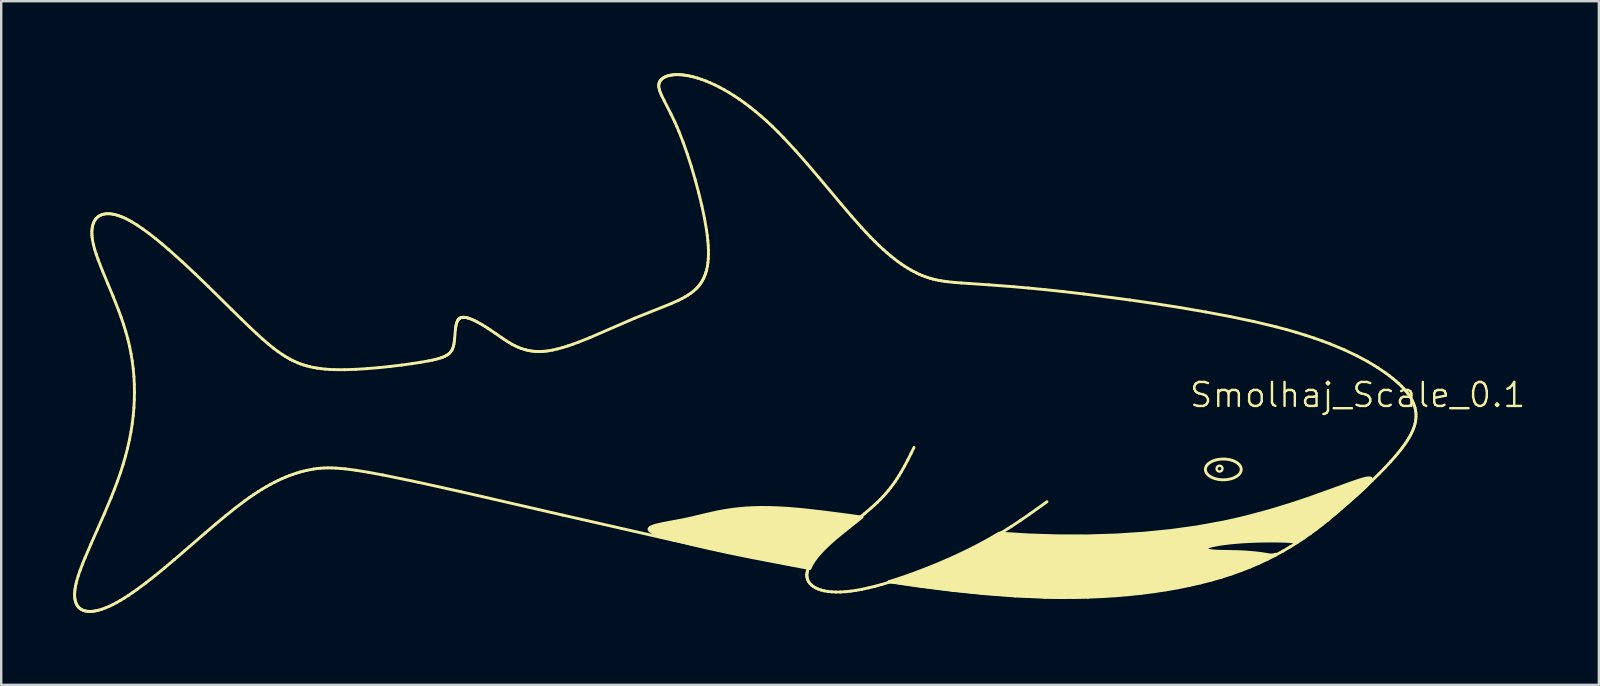
<source format=kicad_pcb>
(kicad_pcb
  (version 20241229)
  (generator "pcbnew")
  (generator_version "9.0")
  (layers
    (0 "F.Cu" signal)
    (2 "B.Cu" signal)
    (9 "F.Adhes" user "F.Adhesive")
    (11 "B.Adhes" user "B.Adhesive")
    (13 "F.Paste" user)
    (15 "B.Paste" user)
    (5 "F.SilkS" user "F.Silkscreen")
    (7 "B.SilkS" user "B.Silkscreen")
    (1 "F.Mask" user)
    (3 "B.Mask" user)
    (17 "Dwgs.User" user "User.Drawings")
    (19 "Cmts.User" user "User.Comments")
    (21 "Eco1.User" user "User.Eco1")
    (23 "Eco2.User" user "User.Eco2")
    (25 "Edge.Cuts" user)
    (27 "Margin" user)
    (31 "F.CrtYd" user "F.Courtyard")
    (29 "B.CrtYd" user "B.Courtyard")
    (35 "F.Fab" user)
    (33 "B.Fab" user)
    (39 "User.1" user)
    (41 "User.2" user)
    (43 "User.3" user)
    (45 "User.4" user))
  (footprint "Smolhaj_Scale_0.1"
    (layer "F.Cu")
    (at 55.957 14.324)
    (property "Reference" "Smolhaj_Scale_0.1" (at -2.43 -0.916 0) (unlocked yes) (layer "F.SilkS") (effects (font (size 1 1) (thickness 0.1))))
    (attr exclude_from_pos_files exclude_from_bom allow_missing_courtyard)
    (private_layers "User.2")
    (fp_line (start -55.897 7.382) (end -55.897 7.456) (stroke (width 0.12) (type default)) (layer "F.SilkS"))
    (fp_line (start -55.897 7.456) (end -55.892 7.526) (stroke (width 0.12) (type default)) (layer "F.SilkS"))
    (fp_line (start -55.893 7.304) (end -55.897 7.382) (stroke (width 0.12) (type default)) (layer "F.SilkS"))
    (fp_line (start -55.892 7.526) (end -55.884 7.591) (stroke (width 0.12) (type default)) (layer "F.SilkS"))
    (fp_line (start -55.886 7.221) (end -55.893 7.304) (stroke (width 0.12) (type default)) (layer "F.SilkS"))
    (fp_line (start -55.884 7.591) (end -55.872 7.652) (stroke (width 0.12) (type default)) (layer "F.SilkS"))
    (fp_line (start -55.874 7.134) (end -55.886 7.221) (stroke (width 0.12) (type default)) (layer "F.SilkS"))
    (fp_line (start -55.872 7.652) (end -55.857 7.709) (stroke (width 0.12) (type default)) (layer "F.SilkS"))
    (fp_line (start -55.858 7.042) (end -55.874 7.134) (stroke (width 0.12) (type default)) (layer "F.SilkS"))
    (fp_line (start -55.857 7.709) (end -55.838 7.762) (stroke (width 0.12) (type default)) (layer "F.SilkS"))
    (fp_line (start -55.838 7.762) (end -55.816 7.81) (stroke (width 0.12) (type default)) (layer "F.SilkS"))
    (fp_line (start -55.837 6.945) (end -55.858 7.042) (stroke (width 0.12) (type default)) (layer "F.SilkS"))
    (fp_line (start -55.816 7.81) (end -55.791 7.855) (stroke (width 0.12) (type default)) (layer "F.SilkS"))
    (fp_line (start -55.812 6.844) (end -55.837 6.945) (stroke (width 0.12) (type default)) (layer "F.SilkS"))
    (fp_line (start -55.791 7.855) (end -55.762 7.896) (stroke (width 0.12) (type default)) (layer "F.SilkS"))
    (fp_line (start -55.762 7.896) (end -55.73 7.933) (stroke (width 0.12) (type default)) (layer "F.SilkS"))
    (fp_line (start -55.749 6.628) (end -55.812 6.844) (stroke (width 0.12) (type default)) (layer "F.SilkS"))
    (fp_line (start -55.73 7.933) (end -55.696 7.966) (stroke (width 0.12) (type default)) (layer "F.SilkS"))
    (fp_line (start -55.696 7.966) (end -55.658 7.996) (stroke (width 0.12) (type default)) (layer "F.SilkS"))
    (fp_line (start -55.669 6.394) (end -55.749 6.628) (stroke (width 0.12) (type default)) (layer "F.SilkS"))
    (fp_line (start -55.658 7.996) (end -55.618 8.022) (stroke (width 0.12) (type default)) (layer "F.SilkS"))
    (fp_line (start -55.618 8.022) (end -55.575 8.044) (stroke (width 0.12) (type default)) (layer "F.SilkS"))
    (fp_line (start -55.575 8.044) (end -55.529 8.063) (stroke (width 0.12) (type default)) (layer "F.SilkS"))
    (fp_line (start -55.574 6.143) (end -55.669 6.394) (stroke (width 0.12) (type default)) (layer "F.SilkS"))
    (fp_line (start -55.529 8.063) (end -55.481 8.078) (stroke (width 0.12) (type default)) (layer "F.SilkS"))
    (fp_line (start -55.481 8.078) (end -55.431 8.09) (stroke (width 0.12) (type default)) (layer "F.SilkS"))
    (fp_line (start -55.466 5.877) (end -55.574 6.143) (stroke (width 0.12) (type default)) (layer "F.SilkS"))
    (fp_line (start -55.431 8.09) (end -55.379 8.098) (stroke (width 0.12) (type default)) (layer "F.SilkS"))
    (fp_line (start -55.379 8.098) (end -55.324 8.103) (stroke (width 0.12) (type default)) (layer "F.SilkS"))
    (fp_line (start -55.324 8.103) (end -55.267 8.105) (stroke (width 0.12) (type default)) (layer "F.SilkS"))
    (fp_line (start -55.267 8.105) (end -55.209 8.104) (stroke (width 0.12) (type default)) (layer "F.SilkS"))
    (fp_line (start -55.221 5.306) (end -55.466 5.877) (stroke (width 0.12) (type default)) (layer "F.SilkS"))
    (fp_line (start -55.209 8.104) (end -55.148 8.099) (stroke (width 0.12) (type default)) (layer "F.SilkS"))
    (fp_line (start -55.179 -7.647) (end -55.175 -7.563) (stroke (width 0.12) (type default)) (layer "F.SilkS"))
    (fp_line (start -55.179 -7.728) (end -55.179 -7.647) (stroke (width 0.12) (type default)) (layer "F.SilkS"))
    (fp_line (start -55.175 -7.563) (end -55.167 -7.475) (stroke (width 0.12) (type default)) (layer "F.SilkS"))
    (fp_line (start -55.174 -7.805) (end -55.179 -7.728) (stroke (width 0.12) (type default)) (layer "F.SilkS"))
    (fp_line (start -55.167 -7.475) (end -55.155 -7.384) (stroke (width 0.12) (type default)) (layer "F.SilkS"))
    (fp_line (start -55.165 -7.879) (end -55.174 -7.805) (stroke (width 0.12) (type default)) (layer "F.SilkS"))
    (fp_line (start -55.155 -7.384) (end -55.117 -7.194) (stroke (width 0.12) (type default)) (layer "F.SilkS"))
    (fp_line (start -55.152 -7.949) (end -55.165 -7.879) (stroke (width 0.12) (type default)) (layer "F.SilkS"))
    (fp_line (start -55.148 8.099) (end -55.086 8.092) (stroke (width 0.12) (type default)) (layer "F.SilkS"))
    (fp_line (start -55.135 -8.015) (end -55.152 -7.949) (stroke (width 0.12) (type default)) (layer "F.SilkS"))
    (fp_line (start -55.117 -7.194) (end -55.064 -6.991) (stroke (width 0.12) (type default)) (layer "F.SilkS"))
    (fp_line (start -55.113 -8.077) (end -55.135 -8.015) (stroke (width 0.12) (type default)) (layer "F.SilkS"))
    (fp_line (start -55.088 -8.135) (end -55.113 -8.077) (stroke (width 0.12) (type default)) (layer "F.SilkS"))
    (fp_line (start -55.086 8.092) (end -55.023 8.081) (stroke (width 0.12) (type default)) (layer "F.SilkS"))
    (fp_line (start -55.064 -6.991) (end -54.997 -6.777) (stroke (width 0.12) (type default)) (layer "F.SilkS"))
    (fp_line (start -55.058 -8.188) (end -55.088 -8.135) (stroke (width 0.12) (type default)) (layer "F.SilkS"))
    (fp_line (start -55.024 -8.238) (end -55.058 -8.188) (stroke (width 0.12) (type default)) (layer "F.SilkS"))
    (fp_line (start -55.023 8.081) (end -54.957 8.068) (stroke (width 0.12) (type default)) (layer "F.SilkS"))
    (fp_line (start -54.997 -6.777) (end -54.918 -6.553) (stroke (width 0.12) (type default)) (layer "F.SilkS"))
    (fp_line (start -54.986 -8.282) (end -55.024 -8.238) (stroke (width 0.12) (type default)) (layer "F.SilkS"))
    (fp_line (start -54.957 8.068) (end -54.891 8.051) (stroke (width 0.12) (type default)) (layer "F.SilkS"))
    (fp_line (start -54.948 4.689) (end -55.221 5.306) (stroke (width 0.12) (type default)) (layer "F.SilkS"))
    (fp_line (start -54.945 -8.323) (end -54.986 -8.282) (stroke (width 0.12) (type default)) (layer "F.SilkS"))
    (fp_line (start -54.918 -6.553) (end -54.731 -6.074) (stroke (width 0.12) (type default)) (layer "F.SilkS"))
    (fp_line (start -54.899 -8.358) (end -54.945 -8.323) (stroke (width 0.12) (type default)) (layer "F.SilkS"))
    (fp_line (start -54.891 8.051) (end -54.753 8.01) (stroke (width 0.12) (type default)) (layer "F.SilkS"))
    (fp_line (start -54.849 -8.389) (end -54.899 -8.358) (stroke (width 0.12) (type default)) (layer "F.SilkS"))
    (fp_line (start -54.795 -8.415) (end -54.849 -8.389) (stroke (width 0.12) (type default)) (layer "F.SilkS"))
    (fp_line (start -54.753 8.01) (end -54.611 7.958) (stroke (width 0.12) (type default)) (layer "F.SilkS"))
    (fp_line (start -54.737 -8.436) (end -54.795 -8.415) (stroke (width 0.12) (type default)) (layer "F.SilkS"))
    (fp_line (start -54.731 -6.074) (end -54.518 -5.561) (stroke (width 0.12) (type default)) (layer "F.SilkS"))
    (fp_line (start -54.675 -8.451) (end -54.737 -8.436) (stroke (width 0.12) (type default)) (layer "F.SilkS"))
    (fp_line (start -54.661 4.038) (end -54.948 4.689) (stroke (width 0.12) (type default)) (layer "F.SilkS"))
    (fp_line (start -54.611 7.958) (end -54.463 7.896) (stroke (width 0.12) (type default)) (layer "F.SilkS"))
    (fp_line (start -54.61 -8.462) (end -54.675 -8.451) (stroke (width 0.12) (type default)) (layer "F.SilkS"))
    (fp_line (start -54.54 -8.467) (end -54.61 -8.462) (stroke (width 0.12) (type default)) (layer "F.SilkS"))
    (fp_line (start -54.518 -5.561) (end -54.292 -5.017) (stroke (width 0.12) (type default)) (layer "F.SilkS"))
    (fp_line (start -54.467 -8.467) (end -54.54 -8.467) (stroke (width 0.12) (type default)) (layer "F.SilkS"))
    (fp_line (start -54.463 7.896) (end -54.311 7.823) (stroke (width 0.12) (type default)) (layer "F.SilkS"))
    (fp_line (start -54.389 -8.461) (end -54.467 -8.467) (stroke (width 0.12) (type default)) (layer "F.SilkS"))
    (fp_line (start -54.377 3.364) (end -54.661 4.038) (stroke (width 0.12) (type default)) (layer "F.SilkS"))
    (fp_line (start -54.311 7.823) (end -54.154 7.74) (stroke (width 0.12) (type default)) (layer "F.SilkS"))
    (fp_line (start -54.308 -8.449) (end -54.389 -8.461) (stroke (width 0.12) (type default)) (layer "F.SilkS"))
    (fp_line (start -54.292 -5.017) (end -54.067 -4.447) (stroke (width 0.12) (type default)) (layer "F.SilkS"))
    (fp_line (start -54.241 3.021) (end -54.377 3.364) (stroke (width 0.12) (type default)) (layer "F.SilkS"))
    (fp_line (start -54.223 -8.431) (end -54.308 -8.449) (stroke (width 0.12) (type default)) (layer "F.SilkS"))
    (fp_line (start -54.154 7.74) (end -53.992 7.648) (stroke (width 0.12) (type default)) (layer "F.SilkS"))
    (fp_line (start -54.134 -8.408) (end -54.223 -8.431) (stroke (width 0.12) (type default)) (layer "F.SilkS"))
    (fp_line (start -54.111 2.675) (end -54.241 3.021) (stroke (width 0.12) (type default)) (layer "F.SilkS"))
    (fp_line (start -54.067 -4.447) (end -53.96 -4.154) (stroke (width 0.12) (type default)) (layer "F.SilkS"))
    (fp_line (start -54.042 -8.378) (end -54.134 -8.408) (stroke (width 0.12) (type default)) (layer "F.SilkS"))
    (fp_line (start -53.992 7.648) (end -53.826 7.547) (stroke (width 0.12) (type default)) (layer "F.SilkS"))
    (fp_line (start -53.989 2.33) (end -54.111 2.675) (stroke (width 0.12) (type default)) (layer "F.SilkS"))
    (fp_line (start -53.96 -4.154) (end -53.859 -3.856) (stroke (width 0.12) (type default)) (layer "F.SilkS"))
    (fp_line (start -53.946 -8.343) (end -54.042 -8.378) (stroke (width 0.12) (type default)) (layer "F.SilkS"))
    (fp_line (start -53.878 1.984) (end -53.989 2.33) (stroke (width 0.12) (type default)) (layer "F.SilkS"))
    (fp_line (start -53.859 -3.856) (end -53.766 -3.554) (stroke (width 0.12) (type default)) (layer "F.SilkS"))
    (fp_line (start -53.846 -8.301) (end -53.946 -8.343) (stroke (width 0.12) (type default)) (layer "F.SilkS"))
    (fp_line (start -53.826 7.547) (end -53.655 7.437) (stroke (width 0.12) (type default)) (layer "F.SilkS"))
    (fp_line (start -53.778 1.64) (end -53.878 1.984) (stroke (width 0.12) (type default)) (layer "F.SilkS"))
    (fp_line (start -53.766 -3.554) (end -53.681 -3.249) (stroke (width 0.12) (type default)) (layer "F.SilkS"))
    (fp_line (start -53.742 -8.253) (end -53.846 -8.301) (stroke (width 0.12) (type default)) (layer "F.SilkS"))
    (fp_line (start -53.69 1.299) (end -53.778 1.64) (stroke (width 0.12) (type default)) (layer "F.SilkS"))
    (fp_line (start -53.681 -3.249) (end -53.608 -2.941) (stroke (width 0.12) (type default)) (layer "F.SilkS"))
    (fp_line (start -53.655 7.437) (end -53.48 7.318) (stroke (width 0.12) (type default)) (layer "F.SilkS"))
    (fp_line (start -53.635 -8.198) (end -53.742 -8.253) (stroke (width 0.12) (type default)) (layer "F.SilkS"))
    (fp_line (start -53.614 0.959) (end -53.69 1.299) (stroke (width 0.12) (type default)) (layer "F.SilkS"))
    (fp_line (start -53.608 -2.941) (end -53.546 -2.63) (stroke (width 0.12) (type default)) (layer "F.SilkS"))
    (fp_line (start -53.549 0.621) (end -53.614 0.959) (stroke (width 0.12) (type default)) (layer "F.SilkS"))
    (fp_line (start -53.546 -2.63) (end -53.495 -2.316) (stroke (width 0.12) (type default)) (layer "F.SilkS"))
    (fp_line (start -53.524 -8.136) (end -53.635 -8.198) (stroke (width 0.12) (type default)) (layer "F.SilkS"))
    (fp_line (start -53.497 0.285) (end -53.549 0.621) (stroke (width 0.12) (type default)) (layer "F.SilkS"))
    (fp_line (start -53.495 -2.316) (end -53.455 -2) (stroke (width 0.12) (type default)) (layer "F.SilkS"))
    (fp_line (start -53.48 7.318) (end -53.301 7.192) (stroke (width 0.12) (type default)) (layer "F.SilkS"))
    (fp_line (start -53.456 -0.048) (end -53.497 0.285) (stroke (width 0.12) (type default)) (layer "F.SilkS"))
    (fp_line (start -53.455 -2) (end -53.426 -1.681) (stroke (width 0.12) (type default)) (layer "F.SilkS"))
    (fp_line (start -53.427 -0.379) (end -53.456 -0.048) (stroke (width 0.12) (type default)) (layer "F.SilkS"))
    (fp_line (start -53.426 -1.681) (end -53.409 -1.359) (stroke (width 0.12) (type default)) (layer "F.SilkS"))
    (fp_line (start -53.41 -0.708) (end -53.427 -0.379) (stroke (width 0.12) (type default)) (layer "F.SilkS"))
    (fp_line (start -53.409 -1.359) (end -53.404 -1.035) (stroke (width 0.12) (type default)) (layer "F.SilkS"))
    (fp_line (start -53.404 -1.035) (end -53.41 -0.708) (stroke (width 0.12) (type default)) (layer "F.SilkS"))
    (fp_line (start -53.301 7.192) (end -52.93 6.917) (stroke (width 0.12) (type default)) (layer "F.SilkS"))
    (fp_line (start -53.292 -7.994) (end -53.524 -8.136) (stroke (width 0.12) (type default)) (layer "F.SilkS"))
    (fp_line (start -53.047 -7.827) (end -53.292 -7.994) (stroke (width 0.12) (type default)) (layer "F.SilkS"))
    (fp_line (start -52.93 6.917) (end -52.545 6.614) (stroke (width 0.12) (type default)) (layer "F.SilkS"))
    (fp_line (start -52.791 -7.639) (end -53.047 -7.827) (stroke (width 0.12) (type default)) (layer "F.SilkS"))
    (fp_line (start -52.545 6.614) (end -52.145 6.287) (stroke (width 0.12) (type default)) (layer "F.SilkS"))
    (fp_line (start -52.526 -7.432) (end -52.791 -7.639) (stroke (width 0.12) (type default)) (layer "F.SilkS"))
    (fp_line (start -52.255 -7.209) (end -52.526 -7.432) (stroke (width 0.12) (type default)) (layer "F.SilkS"))
    (fp_line (start -52.145 6.287) (end -51.733 5.939) (stroke (width 0.12) (type default)) (layer "F.SilkS"))
    (fp_line (start -51.979 -6.973) (end -52.255 -7.209) (stroke (width 0.12) (type default)) (layer "F.SilkS"))
    (fp_line (start -51.733 5.939) (end -51.311 5.576) (stroke (width 0.12) (type default)) (layer "F.SilkS"))
    (fp_line (start -51.418 -6.471) (end -51.979 -6.973) (stroke (width 0.12) (type default)) (layer "F.SilkS"))
    (fp_line (start -51.311 5.576) (end -50.456 4.836) (stroke (width 0.12) (type default)) (layer "F.SilkS"))
    (fp_line (start -50.861 -5.949) (end -51.418 -6.471) (stroke (width 0.12) (type default)) (layer "F.SilkS"))
    (fp_line (start -50.456 4.836) (end -50.031 4.473) (stroke (width 0.12) (type default)) (layer "F.SilkS"))
    (fp_line (start -50.321 -5.428) (end -50.861 -5.949) (stroke (width 0.12) (type default)) (layer "F.SilkS"))
    (fp_line (start -50.031 4.473) (end -49.613 4.125) (stroke (width 0.12) (type default)) (layer "F.SilkS"))
    (fp_line (start -49.613 4.125) (end -49.206 3.799) (stroke (width 0.12) (type default)) (layer "F.SilkS"))
    (fp_line (start -49.356 -4.477) (end -50.321 -5.428) (stroke (width 0.12) (type default)) (layer "F.SilkS"))
    (fp_line (start -49.206 3.799) (end -48.813 3.501) (stroke (width 0.12) (type default)) (layer "F.SilkS"))
    (fp_line (start -48.957 -4.085) (end -49.356 -4.477) (stroke (width 0.12) (type default)) (layer "F.SilkS"))
    (fp_line (start -48.813 3.501) (end -48.624 3.366) (stroke (width 0.12) (type default)) (layer "F.SilkS"))
    (fp_line (start -48.624 3.366) (end -48.439 3.239) (stroke (width 0.12) (type default)) (layer "F.SilkS"))
    (fp_line (start -48.613 -3.753) (end -48.957 -4.085) (stroke (width 0.12) (type default)) (layer "F.SilkS"))
    (fp_line (start -48.439 3.239) (end -48.258 3.12) (stroke (width 0.12) (type default)) (layer "F.SilkS"))
    (fp_line (start -48.316 -3.472) (end -48.613 -3.753) (stroke (width 0.12) (type default)) (layer "F.SilkS"))
    (fp_line (start -48.258 3.12) (end -48.082 3.01) (stroke (width 0.12) (type default)) (layer "F.SilkS"))
    (fp_line (start -48.082 3.01) (end -47.91 2.908) (stroke (width 0.12) (type default)) (layer "F.SilkS"))
    (fp_line (start -48.056 -3.236) (end -48.316 -3.472) (stroke (width 0.12) (type default)) (layer "F.SilkS"))
    (fp_line (start -47.91 2.908) (end -47.741 2.813) (stroke (width 0.12) (type default)) (layer "F.SilkS"))
    (fp_line (start -47.826 -3.038) (end -48.056 -3.236) (stroke (width 0.12) (type default)) (layer "F.SilkS"))
    (fp_line (start -47.741 2.813) (end -47.576 2.726) (stroke (width 0.12) (type default)) (layer "F.SilkS"))
    (fp_line (start -47.617 -2.869) (end -47.826 -3.038) (stroke (width 0.12) (type default)) (layer "F.SilkS"))
    (fp_line (start -47.576 2.726) (end -47.414 2.646) (stroke (width 0.12) (type default)) (layer "F.SilkS"))
    (fp_line (start -47.421 -2.722) (end -47.617 -2.869) (stroke (width 0.12) (type default)) (layer "F.SilkS"))
    (fp_line (start -47.414 2.646) (end -47.256 2.573) (stroke (width 0.12) (type default)) (layer "F.SilkS"))
    (fp_line (start -47.256 2.573) (end -47.1 2.506) (stroke (width 0.12) (type default)) (layer "F.SilkS"))
    (fp_line (start -47.228 -2.591) (end -47.421 -2.722) (stroke (width 0.12) (type default)) (layer "F.SilkS"))
    (fp_line (start -47.131 -2.529) (end -47.228 -2.591) (stroke (width 0.12) (type default)) (layer "F.SilkS"))
    (fp_line (start -47.1 2.506) (end -46.948 2.445) (stroke (width 0.12) (type default)) (layer "F.SilkS"))
    (fp_line (start -47.032 -2.469) (end -47.131 -2.529) (stroke (width 0.12) (type default)) (layer "F.SilkS"))
    (fp_line (start -46.948 2.445) (end -46.798 2.391) (stroke (width 0.12) (type default)) (layer "F.SilkS"))
    (fp_line (start -46.93 -2.412) (end -47.032 -2.469) (stroke (width 0.12) (type default)) (layer "F.SilkS"))
    (fp_line (start -46.826 -2.357) (end -46.93 -2.412) (stroke (width 0.12) (type default)) (layer "F.SilkS"))
    (fp_line (start -46.798 2.391) (end -46.65 2.342) (stroke (width 0.12) (type default)) (layer "F.SilkS"))
    (fp_line (start -46.717 -2.305) (end -46.826 -2.357) (stroke (width 0.12) (type default)) (layer "F.SilkS"))
    (fp_line (start -46.65 2.342) (end -46.505 2.298) (stroke (width 0.12) (type default)) (layer "F.SilkS"))
    (fp_line (start -46.604 -2.256) (end -46.717 -2.305) (stroke (width 0.12) (type default)) (layer "F.SilkS"))
    (fp_line (start -46.505 2.298) (end -46.361 2.259) (stroke (width 0.12) (type default)) (layer "F.SilkS"))
    (fp_line (start -46.485 -2.209) (end -46.604 -2.256) (stroke (width 0.12) (type default)) (layer "F.SilkS"))
    (fp_line (start -46.361 2.259) (end -46.22 2.226) (stroke (width 0.12) (type default)) (layer "F.SilkS"))
    (fp_line (start -46.361 -2.167) (end -46.485 -2.209) (stroke (width 0.12) (type default)) (layer "F.SilkS"))
    (fp_line (start -46.23 -2.128) (end -46.361 -2.167) (stroke (width 0.12) (type default)) (layer "F.SilkS"))
    (fp_line (start -46.22 2.226) (end -45.939 2.172) (stroke (width 0.12) (type default)) (layer "F.SilkS"))
    (fp_line (start -46.092 -2.092) (end -46.23 -2.128) (stroke (width 0.12) (type default)) (layer "F.SilkS"))
    (fp_line (start -45.946 -2.061) (end -46.092 -2.092) (stroke (width 0.12) (type default)) (layer "F.SilkS"))
    (fp_line (start -45.939 2.172) (end -45.798 2.152) (stroke (width 0.12) (type default)) (layer "F.SilkS"))
    (fp_line (start -45.798 2.152) (end -45.653 2.138) (stroke (width 0.12) (type default)) (layer "F.SilkS"))
    (fp_line (start -45.791 -2.034) (end -45.946 -2.061) (stroke (width 0.12) (type default)) (layer "F.SilkS"))
    (fp_line (start -45.653 2.138) (end -45.503 2.128) (stroke (width 0.12) (type default)) (layer "F.SilkS"))
    (fp_line (start -45.627 -2.011) (end -45.791 -2.034) (stroke (width 0.12) (type default)) (layer "F.SilkS"))
    (fp_line (start -45.503 2.128) (end -45.346 2.124) (stroke (width 0.12) (type default)) (layer "F.SilkS"))
    (fp_line (start -45.453 -1.992) (end -45.627 -2.011) (stroke (width 0.12) (type default)) (layer "F.SilkS"))
    (fp_line (start -45.346 2.124) (end -45.182 2.126) (stroke (width 0.12) (type default)) (layer "F.SilkS"))
    (fp_line (start -45.269 -1.979) (end -45.453 -1.992) (stroke (width 0.12) (type default)) (layer "F.SilkS"))
    (fp_line (start -45.182 2.126) (end -45.007 2.133) (stroke (width 0.12) (type default)) (layer "F.SilkS"))
    (fp_line (start -45.073 -1.97) (end -45.269 -1.979) (stroke (width 0.12) (type default)) (layer "F.SilkS"))
    (fp_line (start -45.007 2.133) (end -44.821 2.146) (stroke (width 0.12) (type default)) (layer "F.SilkS"))
    (fp_line (start -44.821 2.146) (end -44.622 2.165) (stroke (width 0.12) (type default)) (layer "F.SilkS"))
    (fp_line (start -44.647 -1.968) (end -45.073 -1.97) (stroke (width 0.12) (type default)) (layer "F.SilkS"))
    (fp_line (start -44.622 2.165) (end -44.177 2.223) (stroke (width 0.12) (type default)) (layer "F.SilkS"))
    (fp_line (start -44.187 -1.983) (end -44.647 -1.968) (stroke (width 0.12) (type default)) (layer "F.SilkS"))
    (fp_line (start -44.177 2.223) (end -43.66 2.307) (stroke (width 0.12) (type default)) (layer "F.SilkS"))
    (fp_line (start -43.705 -2.013) (end -44.187 -1.983) (stroke (width 0.12) (type default)) (layer "F.SilkS"))
    (fp_line (start -43.66 2.307) (end -43.058 2.418) (stroke (width 0.12) (type default)) (layer "F.SilkS"))
    (fp_line (start -43.216 -2.054) (end -43.705 -2.013) (stroke (width 0.12) (type default)) (layer "F.SilkS"))
    (fp_line (start -43.058 2.418) (end -41.575 2.724) (stroke (width 0.12) (type default)) (layer "F.SilkS"))
    (fp_line (start -42.734 -2.105) (end -43.216 -2.054) (stroke (width 0.12) (type default)) (layer "F.SilkS"))
    (fp_line (start -42.271 -2.161) (end -42.734 -2.105) (stroke (width 0.12) (type default)) (layer "F.SilkS"))
    (fp_line (start -41.842 -2.22) (end -42.271 -2.161) (stroke (width 0.12) (type default)) (layer "F.SilkS"))
    (fp_line (start -41.575 2.724) (end -39.778 3.122) (stroke (width 0.12) (type default)) (layer "F.SilkS"))
    (fp_line (start -41.46 -2.28) (end -41.842 -2.22) (stroke (width 0.12) (type default)) (layer "F.SilkS"))
    (fp_line (start -41.135 -2.337) (end -41.46 -2.28) (stroke (width 0.12) (type default)) (layer "F.SilkS"))
    (fp_line (start -40.993 -2.366) (end -41.135 -2.337) (stroke (width 0.12) (type default)) (layer "F.SilkS"))
    (fp_line (start -40.865 -2.395) (end -40.993 -2.366) (stroke (width 0.12) (type default)) (layer "F.SilkS"))
    (fp_line (start -40.75 -2.425) (end -40.865 -2.395) (stroke (width 0.12) (type default)) (layer "F.SilkS"))
    (fp_line (start -40.646 -2.457) (end -40.75 -2.425) (stroke (width 0.12) (type default)) (layer "F.SilkS"))
    (fp_line (start -40.553 -2.491) (end -40.646 -2.457) (stroke (width 0.12) (type default)) (layer "F.SilkS"))
    (fp_line (start -40.471 -2.527) (end -40.553 -2.491) (stroke (width 0.12) (type default)) (layer "F.SilkS"))
    (fp_line (start -40.398 -2.565) (end -40.471 -2.527) (stroke (width 0.12) (type default)) (layer "F.SilkS"))
    (fp_line (start -40.335 -2.607) (end -40.398 -2.565) (stroke (width 0.12) (type default)) (layer "F.SilkS"))
    (fp_line (start -40.281 -2.652) (end -40.335 -2.607) (stroke (width 0.12) (type default)) (layer "F.SilkS"))
    (fp_line (start -40.234 -2.701) (end -40.281 -2.652) (stroke (width 0.12) (type default)) (layer "F.SilkS"))
    (fp_line (start -40.194 -2.755) (end -40.234 -2.701) (stroke (width 0.12) (type default)) (layer "F.SilkS"))
    (fp_line (start -40.161 -2.814) (end -40.194 -2.755) (stroke (width 0.12) (type default)) (layer "F.SilkS"))
    (fp_line (start -40.134 -2.878) (end -40.161 -2.814) (stroke (width 0.12) (type default)) (layer "F.SilkS"))
    (fp_line (start -40.112 -2.947) (end -40.134 -2.878) (stroke (width 0.12) (type default)) (layer "F.SilkS"))
    (fp_line (start -40.094 -3.023) (end -40.112 -2.947) (stroke (width 0.12) (type default)) (layer "F.SilkS"))
    (fp_line (start -40.081 -3.103) (end -40.094 -3.023) (stroke (width 0.12) (type default)) (layer "F.SilkS"))
    (fp_line (start -40.07 -3.188) (end -40.081 -3.103) (stroke (width 0.12) (type default)) (layer "F.SilkS"))
    (fp_line (start -40.061 -3.275) (end -40.07 -3.188) (stroke (width 0.12) (type default)) (layer "F.SilkS"))
    (fp_line (start -40.031 -3.629) (end -40.061 -3.275) (stroke (width 0.12) (type default)) (layer "F.SilkS"))
    (fp_line (start -40.021 -3.713) (end -40.031 -3.629) (stroke (width 0.12) (type default)) (layer "F.SilkS"))
    (fp_line (start -40.008 -3.793) (end -40.021 -3.713) (stroke (width 0.12) (type default)) (layer "F.SilkS"))
    (fp_line (start -39.992 -3.867) (end -40.008 -3.793) (stroke (width 0.12) (type default)) (layer "F.SilkS"))
    (fp_line (start -39.971 -3.936) (end -39.992 -3.867) (stroke (width 0.12) (type default)) (layer "F.SilkS"))
    (fp_line (start -39.946 -3.996) (end -39.971 -3.936) (stroke (width 0.12) (type default)) (layer "F.SilkS"))
    (fp_line (start -39.931 -4.024) (end -39.946 -3.996) (stroke (width 0.12) (type default)) (layer "F.SilkS"))
    (fp_line (start -39.914 -4.049) (end -39.931 -4.024) (stroke (width 0.12) (type default)) (layer "F.SilkS"))
    (fp_line (start -39.896 -4.071) (end -39.914 -4.049) (stroke (width 0.12) (type default)) (layer "F.SilkS"))
    (fp_line (start -39.876 -4.091) (end -39.896 -4.071) (stroke (width 0.12) (type default)) (layer "F.SilkS"))
    (fp_line (start -39.854 -4.108) (end -39.876 -4.091) (stroke (width 0.12) (type default)) (layer "F.SilkS"))
    (fp_line (start -39.83 -4.123) (end -39.854 -4.108) (stroke (width 0.12) (type default)) (layer "F.SilkS"))
    (fp_line (start -39.804 -4.134) (end -39.83 -4.123) (stroke (width 0.12) (type default)) (layer "F.SilkS"))
    (fp_line (start -39.778 3.122) (end -35.56 4.091) (stroke (width 0.12) (type default)) (layer "F.SilkS"))
    (fp_line (start -39.776 -4.142) (end -39.804 -4.134) (stroke (width 0.12) (type default)) (layer "F.SilkS"))
    (fp_line (start -39.746 -4.148) (end -39.776 -4.142) (stroke (width 0.12) (type default)) (layer "F.SilkS"))
    (fp_line (start -39.714 -4.151) (end -39.746 -4.148) (stroke (width 0.12) (type default)) (layer "F.SilkS"))
    (fp_line (start -39.68 -4.151) (end -39.714 -4.151) (stroke (width 0.12) (type default)) (layer "F.SilkS"))
    (fp_line (start -39.645 -4.149) (end -39.68 -4.151) (stroke (width 0.12) (type default)) (layer "F.SilkS"))
    (fp_line (start -39.608 -4.144) (end -39.645 -4.149) (stroke (width 0.12) (type default)) (layer "F.SilkS"))
    (fp_line (start -39.569 -4.137) (end -39.608 -4.144) (stroke (width 0.12) (type default)) (layer "F.SilkS"))
    (fp_line (start -39.529 -4.127) (end -39.569 -4.137) (stroke (width 0.12) (type default)) (layer "F.SilkS"))
    (fp_line (start -39.487 -4.115) (end -39.529 -4.127) (stroke (width 0.12) (type default)) (layer "F.SilkS"))
    (fp_line (start -39.4 -4.086) (end -39.487 -4.115) (stroke (width 0.12) (type default)) (layer "F.SilkS"))
    (fp_line (start -39.308 -4.048) (end -39.4 -4.086) (stroke (width 0.12) (type default)) (layer "F.SilkS"))
    (fp_line (start -39.211 -4.003) (end -39.308 -4.048) (stroke (width 0.12) (type default)) (layer "F.SilkS"))
    (fp_line (start -39.111 -3.952) (end -39.211 -4.003) (stroke (width 0.12) (type default)) (layer "F.SilkS"))
    (fp_line (start -39.007 -3.895) (end -39.111 -3.952) (stroke (width 0.12) (type default)) (layer "F.SilkS"))
    (fp_line (start -38.9 -3.833) (end -39.007 -3.895) (stroke (width 0.12) (type default)) (layer "F.SilkS"))
    (fp_line (start -38.792 -3.766) (end -38.9 -3.833) (stroke (width 0.12) (type default)) (layer "F.SilkS"))
    (fp_line (start -38.681 -3.696) (end -38.792 -3.766) (stroke (width 0.12) (type default)) (layer "F.SilkS"))
    (fp_line (start -38.57 -3.623) (end -38.681 -3.696) (stroke (width 0.12) (type default)) (layer "F.SilkS"))
    (fp_line (start -38.346 -3.471) (end -38.57 -3.623) (stroke (width 0.12) (type default)) (layer "F.SilkS"))
    (fp_line (start -38.123 -3.316) (end -38.346 -3.471) (stroke (width 0.12) (type default)) (layer "F.SilkS"))
    (fp_line (start -38.011 -3.239) (end -38.123 -3.316) (stroke (width 0.12) (type default)) (layer "F.SilkS"))
    (fp_line (start -37.898 -3.165) (end -38.011 -3.239) (stroke (width 0.12) (type default)) (layer "F.SilkS"))
    (fp_line (start -37.782 -3.093) (end -37.898 -3.165) (stroke (width 0.12) (type default)) (layer "F.SilkS"))
    (fp_line (start -37.664 -3.025) (end -37.782 -3.093) (stroke (width 0.12) (type default)) (layer "F.SilkS"))
    (fp_line (start -37.542 -2.962) (end -37.664 -3.025) (stroke (width 0.12) (type default)) (layer "F.SilkS"))
    (fp_line (start -37.416 -2.904) (end -37.542 -2.962) (stroke (width 0.12) (type default)) (layer "F.SilkS"))
    (fp_line (start -37.285 -2.853) (end -37.416 -2.904) (stroke (width 0.12) (type default)) (layer "F.SilkS"))
    (fp_line (start -37.148 -2.809) (end -37.285 -2.853) (stroke (width 0.12) (type default)) (layer "F.SilkS"))
    (fp_line (start -37.078 -2.79) (end -37.148 -2.809) (stroke (width 0.12) (type default)) (layer "F.SilkS"))
    (fp_line (start -37.006 -2.773) (end -37.078 -2.79) (stroke (width 0.12) (type default)) (layer "F.SilkS"))
    (fp_line (start -36.932 -2.759) (end -37.006 -2.773) (stroke (width 0.12) (type default)) (layer "F.SilkS"))
    (fp_line (start -36.857 -2.747) (end -36.932 -2.759) (stroke (width 0.12) (type default)) (layer "F.SilkS"))
    (fp_line (start -36.779 -2.737) (end -36.857 -2.747) (stroke (width 0.12) (type default)) (layer "F.SilkS"))
    (fp_line (start -36.7 -2.731) (end -36.779 -2.737) (stroke (width 0.12) (type default)) (layer "F.SilkS"))
    (fp_line (start -36.618 -2.727) (end -36.7 -2.731) (stroke (width 0.12) (type default)) (layer "F.SilkS"))
    (fp_line (start -36.535 -2.725) (end -36.618 -2.727) (stroke (width 0.12) (type default)) (layer "F.SilkS"))
    (fp_line (start -36.449 -2.727) (end -36.535 -2.725) (stroke (width 0.12) (type default)) (layer "F.SilkS"))
    (fp_line (start -36.361 -2.732) (end -36.449 -2.727) (stroke (width 0.12) (type default)) (layer "F.SilkS"))
    (fp_line (start -36.27 -2.74) (end -36.361 -2.732) (stroke (width 0.12) (type default)) (layer "F.SilkS"))
    (fp_line (start -36.177 -2.752) (end -36.27 -2.74) (stroke (width 0.12) (type default)) (layer "F.SilkS"))
    (fp_line (start -35.984 -2.785) (end -36.177 -2.752) (stroke (width 0.12) (type default)) (layer "F.SilkS"))
    (fp_line (start -35.781 -2.831) (end -35.984 -2.785) (stroke (width 0.12) (type default)) (layer "F.SilkS"))
    (fp_line (start -35.57 -2.888) (end -35.781 -2.831) (stroke (width 0.12) (type default)) (layer "F.SilkS"))
    (fp_line (start -35.56 4.091) (end -30.929 5.144) (stroke (width 0.12) (type default)) (layer "F.SilkS"))
    (fp_line (start -35.352 -2.956) (end -35.57 -2.888) (stroke (width 0.12) (type default)) (layer "F.SilkS"))
    (fp_line (start -35.128 -3.032) (end -35.352 -2.956) (stroke (width 0.12) (type default)) (layer "F.SilkS"))
    (fp_line (start -34.899 -3.116) (end -35.128 -3.032) (stroke (width 0.12) (type default)) (layer "F.SilkS"))
    (fp_line (start -34.431 -3.303) (end -34.899 -3.116) (stroke (width 0.12) (type default)) (layer "F.SilkS"))
    (fp_line (start -32.565 -4.112) (end -34.431 -3.303) (stroke (width 0.12) (type default)) (layer "F.SilkS"))
    (fp_line (start -31.556 -13.799) (end -31.55 -13.729) (stroke (width 0.12) (type default)) (layer "F.SilkS"))
    (fp_line (start -31.551 -13.865) (end -31.556 -13.799) (stroke (width 0.12) (type default)) (layer "F.SilkS"))
    (fp_line (start -31.55 -13.729) (end -31.534 -13.653) (stroke (width 0.12) (type default)) (layer "F.SilkS"))
    (fp_line (start -31.544 -13.897) (end -31.551 -13.865) (stroke (width 0.12) (type default)) (layer "F.SilkS"))
    (fp_line (start -31.535 -13.927) (end -31.544 -13.897) (stroke (width 0.12) (type default)) (layer "F.SilkS"))
    (fp_line (start -31.534 -13.653) (end -31.509 -13.571) (stroke (width 0.12) (type default)) (layer "F.SilkS"))
    (fp_line (start -31.523 -13.957) (end -31.535 -13.927) (stroke (width 0.12) (type default)) (layer "F.SilkS"))
    (fp_line (start -31.509 -13.571) (end -31.475 -13.483) (stroke (width 0.12) (type default)) (layer "F.SilkS"))
    (fp_line (start -31.508 -13.985) (end -31.523 -13.957) (stroke (width 0.12) (type default)) (layer "F.SilkS"))
    (fp_line (start -31.49 -14.013) (end -31.508 -13.985) (stroke (width 0.12) (type default)) (layer "F.SilkS"))
    (fp_line (start -31.475 -13.483) (end -31.433 -13.388) (stroke (width 0.12) (type default)) (layer "F.SilkS"))
    (fp_line (start -31.47 -14.039) (end -31.49 -14.013) (stroke (width 0.12) (type default)) (layer "F.SilkS"))
    (fp_line (start -31.447 -14.064) (end -31.47 -14.039) (stroke (width 0.12) (type default)) (layer "F.SilkS"))
    (fp_line (start -31.433 -13.388) (end -31.327 -13.174) (stroke (width 0.12) (type default)) (layer "F.SilkS"))
    (fp_line (start -31.421 -14.088) (end -31.447 -14.064) (stroke (width 0.12) (type default)) (layer "F.SilkS"))
    (fp_line (start -31.393 -14.11) (end -31.421 -14.088) (stroke (width 0.12) (type default)) (layer "F.SilkS"))
    (fp_line (start -31.362 -14.131) (end -31.393 -14.11) (stroke (width 0.12) (type default)) (layer "F.SilkS"))
    (fp_line (start -31.329 -14.151) (end -31.362 -14.131) (stroke (width 0.12) (type default)) (layer "F.SilkS"))
    (fp_line (start -31.327 -13.174) (end -31.049 -12.629) (stroke (width 0.12) (type default)) (layer "F.SilkS"))
    (fp_line (start -31.293 -14.169) (end -31.329 -14.151) (stroke (width 0.12) (type default)) (layer "F.SilkS"))
    (fp_line (start -31.255 -14.186) (end -31.293 -14.169) (stroke (width 0.12) (type default)) (layer "F.SilkS"))
    (fp_line (start -31.215 -14.201) (end -31.255 -14.186) (stroke (width 0.12) (type default)) (layer "F.SilkS"))
    (fp_line (start -31.172 -14.215) (end -31.215 -14.201) (stroke (width 0.12) (type default)) (layer "F.SilkS"))
    (fp_line (start -31.126 -14.227) (end -31.172 -14.215) (stroke (width 0.12) (type default)) (layer "F.SilkS"))
    (fp_line (start -31.079 -14.238) (end -31.126 -14.227) (stroke (width 0.12) (type default)) (layer "F.SilkS"))
    (fp_line (start -31.049 -12.629) (end -30.886 -12.289) (stroke (width 0.12) (type default)) (layer "F.SilkS"))
    (fp_line (start -31.04 -4.721) (end -32.565 -4.112) (stroke (width 0.12) (type default)) (layer "F.SilkS"))
    (fp_line (start -31.029 -14.246) (end -31.079 -14.238) (stroke (width 0.12) (type default)) (layer "F.SilkS"))
    (fp_line (start -30.977 -14.253) (end -31.029 -14.246) (stroke (width 0.12) (type default)) (layer "F.SilkS"))
    (fp_line (start -30.929 5.144) (end -28.482 5.668) (stroke (width 0.12) (type default)) (layer "F.SilkS"))
    (fp_line (start -30.922 -14.259) (end -30.977 -14.253) (stroke (width 0.12) (type default)) (layer "F.SilkS"))
    (fp_line (start -30.886 -12.289) (end -30.801 -12.099) (stroke (width 0.12) (type default)) (layer "F.SilkS"))
    (fp_line (start -30.866 -14.262) (end -30.922 -14.259) (stroke (width 0.12) (type default)) (layer "F.SilkS"))
    (fp_line (start -30.807 -14.264) (end -30.866 -14.262) (stroke (width 0.12) (type default)) (layer "F.SilkS"))
    (fp_line (start -30.801 -12.099) (end -30.715 -11.896) (stroke (width 0.12) (type default)) (layer "F.SilkS"))
    (fp_line (start -30.746 -14.263) (end -30.807 -14.264) (stroke (width 0.12) (type default)) (layer "F.SilkS"))
    (fp_line (start -30.733 -4.859) (end -31.04 -4.721) (stroke (width 0.12) (type default)) (layer "F.SilkS"))
    (fp_line (start -30.715 -11.896) (end -30.54 -11.448) (stroke (width 0.12) (type default)) (layer "F.SilkS"))
    (fp_line (start -30.683 -14.261) (end -30.746 -14.263) (stroke (width 0.12) (type default)) (layer "F.SilkS"))
    (fp_line (start -30.618 -14.257) (end -30.683 -14.261) (stroke (width 0.12) (type default)) (layer "F.SilkS"))
    (fp_line (start -30.592 -4.929) (end -30.733 -4.859) (stroke (width 0.12) (type default)) (layer "F.SilkS"))
    (fp_line (start -30.55 -14.251) (end -30.618 -14.257) (stroke (width 0.12) (type default)) (layer "F.SilkS"))
    (fp_line (start -30.54 -11.448) (end -30.366 -10.955) (stroke (width 0.12) (type default)) (layer "F.SilkS"))
    (fp_line (start -30.481 -14.242) (end -30.55 -14.251) (stroke (width 0.12) (type default)) (layer "F.SilkS"))
    (fp_line (start -30.459 -5.002) (end -30.592 -4.929) (stroke (width 0.12) (type default)) (layer "F.SilkS"))
    (fp_line (start -30.41 -14.232) (end -30.481 -14.242) (stroke (width 0.12) (type default)) (layer "F.SilkS"))
    (fp_line (start -30.366 -10.955) (end -30.197 -10.43) (stroke (width 0.12) (type default)) (layer "F.SilkS"))
    (fp_line (start -30.337 -14.219) (end -30.41 -14.232) (stroke (width 0.12) (type default)) (layer "F.SilkS"))
    (fp_line (start -30.333 -5.078) (end -30.459 -5.002) (stroke (width 0.12) (type default)) (layer "F.SilkS"))
    (fp_line (start -30.262 -14.204) (end -30.337 -14.219) (stroke (width 0.12) (type default)) (layer "F.SilkS"))
    (fp_line (start -30.217 -5.158) (end -30.333 -5.078) (stroke (width 0.12) (type default)) (layer "F.SilkS"))
    (fp_line (start -30.197 -10.43) (end -30.037 -9.886) (stroke (width 0.12) (type default)) (layer "F.SilkS"))
    (fp_line (start -30.185 -14.187) (end -30.262 -14.204) (stroke (width 0.12) (type default)) (layer "F.SilkS"))
    (fp_line (start -30.109 -5.241) (end -30.217 -5.158) (stroke (width 0.12) (type default)) (layer "F.SilkS"))
    (fp_line (start -30.106 -14.168) (end -30.185 -14.187) (stroke (width 0.12) (type default)) (layer "F.SilkS"))
    (fp_line (start -30.037 -9.886) (end -29.89 -9.338) (stroke (width 0.12) (type default)) (layer "F.SilkS"))
    (fp_line (start -30.01 -5.33) (end -30.109 -5.241) (stroke (width 0.12) (type default)) (layer "F.SilkS"))
    (fp_line (start -29.963 -5.377) (end -30.01 -5.33) (stroke (width 0.12) (type default)) (layer "F.SilkS"))
    (fp_line (start -29.943 -14.122) (end -30.106 -14.168) (stroke (width 0.12) (type default)) (layer "F.SilkS"))
    (fp_line (start -29.919 -5.425) (end -29.963 -5.377) (stroke (width 0.12) (type default)) (layer "F.SilkS"))
    (fp_line (start -29.89 -9.338) (end -29.759 -8.797) (stroke (width 0.12) (type default)) (layer "F.SilkS"))
    (fp_line (start -29.878 -5.474) (end -29.919 -5.425) (stroke (width 0.12) (type default)) (layer "F.SilkS"))
    (fp_line (start -29.838 -5.525) (end -29.878 -5.474) (stroke (width 0.12) (type default)) (layer "F.SilkS"))
    (fp_line (start -29.8 -5.578) (end -29.838 -5.525) (stroke (width 0.12) (type default)) (layer "F.SilkS"))
    (fp_line (start -29.774 -14.067) (end -29.943 -14.122) (stroke (width 0.12) (type default)) (layer "F.SilkS"))
    (fp_line (start -29.765 -5.632) (end -29.8 -5.578) (stroke (width 0.12) (type default)) (layer "F.SilkS"))
    (fp_line (start -29.759 -8.797) (end -29.65 -8.277) (stroke (width 0.12) (type default)) (layer "F.SilkS"))
    (fp_line (start -29.732 -5.689) (end -29.765 -5.632) (stroke (width 0.12) (type default)) (layer "F.SilkS"))
    (fp_line (start -29.701 -5.747) (end -29.732 -5.689) (stroke (width 0.12) (type default)) (layer "F.SilkS"))
    (fp_line (start -29.672 -5.806) (end -29.701 -5.747) (stroke (width 0.12) (type default)) (layer "F.SilkS"))
    (fp_line (start -29.65 -8.277) (end -29.566 -7.791) (stroke (width 0.12) (type default)) (layer "F.SilkS"))
    (fp_line (start -29.645 -5.868) (end -29.672 -5.806) (stroke (width 0.12) (type default)) (layer "F.SilkS"))
    (fp_line (start -29.621 -5.931) (end -29.645 -5.868) (stroke (width 0.12) (type default)) (layer "F.SilkS"))
    (fp_line (start -29.598 -5.997) (end -29.621 -5.931) (stroke (width 0.12) (type default)) (layer "F.SilkS"))
    (fp_line (start -29.597 -14.001) (end -29.774 -14.067) (stroke (width 0.12) (type default)) (layer "F.SilkS"))
    (fp_line (start -29.578 -6.064) (end -29.598 -5.997) (stroke (width 0.12) (type default)) (layer "F.SilkS"))
    (fp_line (start -29.566 -7.791) (end -29.535 -7.565) (stroke (width 0.12) (type default)) (layer "F.SilkS"))
    (fp_line (start -29.559 -6.134) (end -29.578 -6.064) (stroke (width 0.12) (type default)) (layer "F.SilkS"))
    (fp_line (start -29.535 -7.565) (end -29.511 -7.35) (stroke (width 0.12) (type default)) (layer "F.SilkS"))
    (fp_line (start -29.528 -6.279) (end -29.559 -6.134) (stroke (width 0.12) (type default)) (layer "F.SilkS"))
    (fp_line (start -29.511 -7.35) (end -29.494 -7.146) (stroke (width 0.12) (type default)) (layer "F.SilkS"))
    (fp_line (start -29.506 -6.433) (end -29.528 -6.279) (stroke (width 0.12) (type default)) (layer "F.SilkS"))
    (fp_line (start -29.494 -7.146) (end -29.486 -6.953) (stroke (width 0.12) (type default)) (layer "F.SilkS"))
    (fp_line (start -29.491 -6.597) (end -29.506 -6.433) (stroke (width 0.12) (type default)) (layer "F.SilkS"))
    (fp_line (start -29.486 -6.953) (end -29.484 -6.77) (stroke (width 0.12) (type default)) (layer "F.SilkS"))
    (fp_line (start -29.484 -6.77) (end -29.491 -6.597) (stroke (width 0.12) (type default)) (layer "F.SilkS"))
    (fp_line (start -29.414 -13.925) (end -29.597 -14.001) (stroke (width 0.12) (type default)) (layer "F.SilkS"))
    (fp_line (start -29.225 -13.839) (end -29.414 -13.925) (stroke (width 0.12) (type default)) (layer "F.SilkS"))
    (fp_line (start -29.03 -13.742) (end -29.225 -13.839) (stroke (width 0.12) (type default)) (layer "F.SilkS"))
    (fp_line (start -28.829 -13.634) (end -29.03 -13.742) (stroke (width 0.12) (type default)) (layer "F.SilkS"))
    (fp_line (start -28.624 -13.514) (end -28.829 -13.634) (stroke (width 0.12) (type default)) (layer "F.SilkS"))
    (fp_line (start -28.482 5.668) (end -25.939 6.176) (stroke (width 0.12) (type default)) (layer "F.SilkS"))
    (fp_line (start -28.413 -13.382) (end -28.624 -13.514) (stroke (width 0.12) (type default)) (layer "F.SilkS"))
    (fp_line (start -28.198 -13.239) (end -28.413 -13.382) (stroke (width 0.12) (type default)) (layer "F.SilkS"))
    (fp_line (start -27.978 -13.083) (end -28.198 -13.239) (stroke (width 0.12) (type default)) (layer "F.SilkS"))
    (fp_line (start -27.754 -12.915) (end -27.978 -13.083) (stroke (width 0.12) (type default)) (layer "F.SilkS"))
    (fp_line (start -27.527 -12.733) (end -27.754 -12.915) (stroke (width 0.12) (type default)) (layer "F.SilkS"))
    (fp_line (start -27.296 -12.538) (end -27.527 -12.733) (stroke (width 0.12) (type default)) (layer "F.SilkS"))
    (fp_line (start -27.061 -12.33) (end -27.296 -12.538) (stroke (width 0.12) (type default)) (layer "F.SilkS"))
    (fp_line (start -26.824 -12.108) (end -27.061 -12.33) (stroke (width 0.12) (type default)) (layer "F.SilkS"))
    (fp_line (start -26.585 -11.872) (end -26.824 -12.108) (stroke (width 0.12) (type default)) (layer "F.SilkS"))
    (fp_line (start -26.343 -11.624) (end -26.585 -11.872) (stroke (width 0.12) (type default)) (layer "F.SilkS"))
    (fp_line (start -25.856 -11.099) (end -26.343 -11.624) (stroke (width 0.12) (type default)) (layer "F.SilkS"))
    (fp_line (start -25.384 6.596) (end -25.383 6.638) (stroke (width 0.12) (type default)) (layer "F.SilkS"))
    (fp_line (start -25.383 6.638) (end -25.378 6.679) (stroke (width 0.12) (type default)) (layer "F.SilkS"))
    (fp_line (start -25.383 6.553) (end -25.384 6.596) (stroke (width 0.12) (type default)) (layer "F.SilkS"))
    (fp_line (start -25.378 6.509) (end -25.383 6.553) (stroke (width 0.12) (type default)) (layer "F.SilkS"))
    (fp_line (start -25.378 6.679) (end -25.37 6.72) (stroke (width 0.12) (type default)) (layer "F.SilkS"))
    (fp_line (start -25.371 6.465) (end -25.378 6.509) (stroke (width 0.12) (type default)) (layer "F.SilkS"))
    (fp_line (start -25.37 6.72) (end -25.345 6.798) (stroke (width 0.12) (type default)) (layer "F.SilkS"))
    (fp_line (start -25.369 -10.546) (end -25.856 -11.099) (stroke (width 0.12) (type default)) (layer "F.SilkS"))
    (fp_line (start -25.361 6.42) (end -25.371 6.465) (stroke (width 0.12) (type default)) (layer "F.SilkS"))
    (fp_line (start -25.347 6.375) (end -25.361 6.42) (stroke (width 0.12) (type default)) (layer "F.SilkS"))
    (fp_line (start -25.345 6.798) (end -25.306 6.873) (stroke (width 0.12) (type default)) (layer "F.SilkS"))
    (fp_line (start -25.331 6.329) (end -25.347 6.375) (stroke (width 0.12) (type default)) (layer "F.SilkS"))
    (fp_line (start -25.313 6.282) (end -25.331 6.329) (stroke (width 0.12) (type default)) (layer "F.SilkS"))
    (fp_line (start -25.306 6.873) (end -25.254 6.943) (stroke (width 0.12) (type default)) (layer "F.SilkS"))
    (fp_line (start -25.292 6.235) (end -25.313 6.282) (stroke (width 0.12) (type default)) (layer "F.SilkS"))
    (fp_line (start -25.268 6.187) (end -25.292 6.235) (stroke (width 0.12) (type default)) (layer "F.SilkS"))
    (fp_line (start -25.254 6.943) (end -25.189 7.009) (stroke (width 0.12) (type default)) (layer "F.SilkS"))
    (fp_line (start -25.213 6.09) (end -25.268 6.187) (stroke (width 0.12) (type default)) (layer "F.SilkS"))
    (fp_line (start -25.189 7.009) (end -25.111 7.069) (stroke (width 0.12) (type default)) (layer "F.SilkS"))
    (fp_line (start -25.148 5.99) (end -25.213 6.09) (stroke (width 0.12) (type default)) (layer "F.SilkS"))
    (fp_line (start -25.111 7.069) (end -25.019 7.124) (stroke (width 0.12) (type default)) (layer "F.SilkS"))
    (fp_line (start -25.075 5.889) (end -25.148 5.99) (stroke (width 0.12) (type default)) (layer "F.SilkS"))
    (fp_line (start -25.019 7.124) (end -24.913 7.172) (stroke (width 0.12) (type default)) (layer "F.SilkS"))
    (fp_line (start -24.993 5.787) (end -25.075 5.889) (stroke (width 0.12) (type default)) (layer "F.SilkS"))
    (fp_line (start -24.913 7.172) (end -24.793 7.213) (stroke (width 0.12) (type default)) (layer "F.SilkS"))
    (fp_line (start -24.903 5.682) (end -24.993 5.787) (stroke (width 0.12) (type default)) (layer "F.SilkS"))
    (fp_line (start -24.887 -9.981) (end -25.369 -10.546) (stroke (width 0.12) (type default)) (layer "F.SilkS"))
    (fp_line (start -24.806 5.577) (end -24.903 5.682) (stroke (width 0.12) (type default)) (layer "F.SilkS"))
    (fp_line (start -24.793 7.213) (end -24.66 7.247) (stroke (width 0.12) (type default)) (layer "F.SilkS"))
    (fp_line (start -24.702 5.471) (end -24.806 5.577) (stroke (width 0.12) (type default)) (layer "F.SilkS"))
    (fp_line (start -24.66 7.247) (end -24.512 7.272) (stroke (width 0.12) (type default)) (layer "F.SilkS"))
    (fp_line (start -24.591 5.363) (end -24.702 5.471) (stroke (width 0.12) (type default)) (layer "F.SilkS"))
    (fp_line (start -24.512 7.272) (end -24.351 7.289) (stroke (width 0.12) (type default)) (layer "F.SilkS"))
    (fp_line (start -24.475 5.255) (end -24.591 5.363) (stroke (width 0.12) (type default)) (layer "F.SilkS"))
    (fp_line (start -24.353 5.146) (end -24.475 5.255) (stroke (width 0.12) (type default)) (layer "F.SilkS"))
    (fp_line (start -24.351 7.289) (end -24.175 7.297) (stroke (width 0.12) (type default)) (layer "F.SilkS"))
    (fp_line (start -24.175 7.297) (end -23.985 7.296) (stroke (width 0.12) (type default)) (layer "F.SilkS"))
    (fp_line (start -24.095 4.927) (end -24.353 5.146) (stroke (width 0.12) (type default)) (layer "F.SilkS"))
    (fp_line (start -23.985 7.296) (end -23.781 7.284) (stroke (width 0.12) (type default)) (layer "F.SilkS"))
    (fp_line (start -23.957 -8.874) (end -24.887 -9.981) (stroke (width 0.12) (type default)) (layer "F.SilkS"))
    (fp_line (start -23.823 4.706) (end -24.095 4.927) (stroke (width 0.12) (type default)) (layer "F.SilkS"))
    (fp_line (start -23.781 7.284) (end -23.562 7.261) (stroke (width 0.12) (type default)) (layer "F.SilkS"))
    (fp_line (start -23.562 7.261) (end -23.328 7.227) (stroke (width 0.12) (type default)) (layer "F.SilkS"))
    (fp_line (start -23.52 -8.361) (end -23.957 -8.874) (stroke (width 0.12) (type default)) (layer "F.SilkS"))
    (fp_line (start -23.328 7.227) (end -23.081 7.182) (stroke (width 0.12) (type default)) (layer "F.SilkS"))
    (fp_line (start -23.259 4.257) (end -23.823 4.706) (stroke (width 0.12) (type default)) (layer "F.SilkS"))
    (fp_line (start -23.108 -7.895) (end -23.52 -8.361) (stroke (width 0.12) (type default)) (layer "F.SilkS"))
    (fp_line (start -23.081 7.182) (end -22.82 7.125) (stroke (width 0.12) (type default)) (layer "F.SilkS"))
    (fp_line (start -22.978 4.028) (end -23.259 4.257) (stroke (width 0.12) (type default)) (layer "F.SilkS"))
    (fp_line (start -22.913 -7.684) (end -23.108 -7.895) (stroke (width 0.12) (type default)) (layer "F.SilkS"))
    (fp_line (start -22.82 7.125) (end -22.547 7.059) (stroke (width 0.12) (type default)) (layer "F.SilkS"))
    (fp_line (start -22.726 -7.487) (end -22.913 -7.684) (stroke (width 0.12) (type default)) (layer "F.SilkS"))
    (fp_line (start -22.706 3.795) (end -22.978 4.028) (stroke (width 0.12) (type default)) (layer "F.SilkS"))
    (fp_line (start -22.574 3.677) (end -22.706 3.795) (stroke (width 0.12) (type default)) (layer "F.SilkS"))
    (fp_line (start -22.547 7.059) (end -22.265 6.982) (stroke (width 0.12) (type default)) (layer "F.SilkS"))
    (fp_line (start -22.545 -7.305) (end -22.726 -7.487) (stroke (width 0.12) (type default)) (layer "F.SilkS"))
    (fp_line (start -22.447 3.559) (end -22.574 3.677) (stroke (width 0.12) (type default)) (layer "F.SilkS"))
    (fp_line (start -22.371 -7.136) (end -22.545 -7.305) (stroke (width 0.12) (type default)) (layer "F.SilkS"))
    (fp_line (start -22.325 3.439) (end -22.447 3.559) (stroke (width 0.12) (type default)) (layer "F.SilkS"))
    (fp_line (start -22.265 6.982) (end -21.677 6.805) (stroke (width 0.12) (type default)) (layer "F.SilkS"))
    (fp_line (start -22.208 3.318) (end -22.325 3.439) (stroke (width 0.12) (type default)) (layer "F.SilkS"))
    (fp_line (start -22.203 -6.981) (end -22.371 -7.136) (stroke (width 0.12) (type default)) (layer "F.SilkS"))
    (fp_line (start -22.097 3.196) (end -22.208 3.318) (stroke (width 0.12) (type default)) (layer "F.SilkS"))
    (fp_line (start -22.041 -6.837) (end -22.203 -6.981) (stroke (width 0.12) (type default)) (layer "F.SilkS"))
    (fp_line (start -21.992 3.072) (end -22.097 3.196) (stroke (width 0.12) (type default)) (layer "F.SilkS"))
    (fp_line (start -21.967 6.869) (end -20.631 7.063) (stroke (width 0.12) (type default)) (layer "F.SilkS"))
    (fp_line (start -21.893 2.948) (end -21.992 3.072) (stroke (width 0.12) (type default)) (layer "F.SilkS"))
    (fp_line (start -21.885 -6.705) (end -22.041 -6.837) (stroke (width 0.12) (type default)) (layer "F.SilkS"))
    (fp_line (start -21.798 2.823) (end -21.893 2.948) (stroke (width 0.12) (type default)) (layer "F.SilkS"))
    (fp_line (start -21.735 -6.585) (end -21.885 -6.705) (stroke (width 0.12) (type default)) (layer "F.SilkS"))
    (fp_line (start -21.709 2.697) (end -21.798 2.823) (stroke (width 0.12) (type default)) (layer "F.SilkS"))
    (fp_line (start -21.677 6.805) (end -21.07 6.598) (stroke (width 0.12) (type default)) (layer "F.SilkS"))
    (fp_line (start -21.623 2.57) (end -21.709 2.697) (stroke (width 0.12) (type default)) (layer "F.SilkS"))
    (fp_line (start -21.59 -6.474) (end -21.735 -6.585) (stroke (width 0.12) (type default)) (layer "F.SilkS"))
    (fp_line (start -21.542 2.442) (end -21.623 2.57) (stroke (width 0.12) (type default)) (layer "F.SilkS"))
    (fp_line (start -21.464 2.314) (end -21.542 2.442) (stroke (width 0.12) (type default)) (layer "F.SilkS"))
    (fp_line (start -21.449 -6.374) (end -21.59 -6.474) (stroke (width 0.12) (type default)) (layer "F.SilkS"))
    (fp_line (start -21.317 2.056) (end -21.464 2.314) (stroke (width 0.12) (type default)) (layer "F.SilkS"))
    (fp_line (start -21.313 -6.283) (end -21.449 -6.374) (stroke (width 0.12) (type default)) (layer "F.SilkS"))
    (fp_line (start -21.182 -6.2) (end -21.313 -6.283) (stroke (width 0.12) (type default)) (layer "F.SilkS"))
    (fp_line (start -21.179 1.796) (end -21.317 2.056) (stroke (width 0.12) (type default)) (layer "F.SilkS"))
    (fp_line (start -21.07 6.598) (end -20.456 6.368) (stroke (width 0.12) (type default)) (layer "F.SilkS"))
    (fp_line (start -21.054 -6.125) (end -21.182 -6.2) (stroke (width 0.12) (type default)) (layer "F.SilkS"))
    (fp_line (start -21.048 1.534) (end -21.179 1.796) (stroke (width 0.12) (type default)) (layer "F.SilkS"))
    (fp_line (start -20.93 -6.058) (end -21.054 -6.125) (stroke (width 0.12) (type default)) (layer "F.SilkS"))
    (fp_line (start -20.919 1.273) (end -21.048 1.534) (stroke (width 0.12) (type default)) (layer "F.SilkS"))
    (fp_line (start -20.809 -5.997) (end -20.93 -6.058) (stroke (width 0.12) (type default)) (layer "F.SilkS"))
    (fp_line (start -20.692 -5.942) (end -20.809 -5.997) (stroke (width 0.12) (type default)) (layer "F.SilkS"))
    (fp_line (start -20.631 7.063) (end -19.304 7.229) (stroke (width 0.12) (type default)) (layer "F.SilkS"))
    (fp_line (start -20.577 -5.893) (end -20.692 -5.942) (stroke (width 0.12) (type default)) (layer "F.SilkS"))
    (fp_line (start -20.464 -5.849) (end -20.577 -5.893) (stroke (width 0.12) (type default)) (layer "F.SilkS"))
    (fp_line (start -20.456 6.368) (end -19.848 6.121) (stroke (width 0.12) (type default)) (layer "F.SilkS"))
    (fp_line (start -20.352 -5.81) (end -20.464 -5.849) (stroke (width 0.12) (type default)) (layer "F.SilkS"))
    (fp_line (start -20.24 -5.775) (end -20.352 -5.81) (stroke (width 0.12) (type default)) (layer "F.SilkS"))
    (fp_line (start -20.128 -5.744) (end -20.24 -5.775) (stroke (width 0.12) (type default)) (layer "F.SilkS"))
    (fp_line (start -20.014 -5.716) (end -20.128 -5.744) (stroke (width 0.12) (type default)) (layer "F.SilkS"))
    (fp_line (start -19.897 -5.692) (end -20.014 -5.716) (stroke (width 0.12) (type default)) (layer "F.SilkS"))
    (fp_line (start -19.848 6.121) (end -19.259 5.864) (stroke (width 0.12) (type default)) (layer "F.SilkS"))
    (fp_line (start -19.778 -5.671) (end -19.897 -5.692) (stroke (width 0.12) (type default)) (layer "F.SilkS"))
    (fp_line (start -19.654 -5.652) (end -19.778 -5.671) (stroke (width 0.12) (type default)) (layer "F.SilkS"))
    (fp_line (start -19.526 -5.635) (end -19.654 -5.652) (stroke (width 0.12) (type default)) (layer "F.SilkS"))
    (fp_line (start -19.304 7.229) (end -17.994 7.364) (stroke (width 0.12) (type default)) (layer "F.SilkS"))
    (fp_line (start -19.259 5.864) (end -18.702 5.602) (stroke (width 0.12) (type default)) (layer "F.SilkS"))
    (fp_line (start -19.251 -5.607) (end -19.526 -5.635) (stroke (width 0.12) (type default)) (layer "F.SilkS"))
    (fp_line (start -18.947 -5.582) (end -19.251 -5.607) (stroke (width 0.12) (type default)) (layer "F.SilkS"))
    (fp_line (start -18.702 5.602) (end -18.44 5.471) (stroke (width 0.12) (type default)) (layer "F.SilkS"))
    (fp_line (start -18.607 -5.559) (end -18.947 -5.582) (stroke (width 0.12) (type default)) (layer "F.SilkS"))
    (fp_line (start -18.44 5.471) (end -18.188 5.34) (stroke (width 0.12) (type default)) (layer "F.SilkS"))
    (fp_line (start -18.188 5.34) (end -17.946 5.21) (stroke (width 0.12) (type default)) (layer "F.SilkS"))
    (fp_line (start -17.994 7.364) (end -16.71 7.461) (stroke (width 0.12) (type default)) (layer "F.SilkS"))
    (fp_line (start -17.946 5.21) (end -17.713 5.08) (stroke (width 0.12) (type default)) (layer "F.SilkS"))
    (fp_line (start -17.791 -5.504) (end -18.607 -5.559) (stroke (width 0.12) (type default)) (layer "F.SilkS"))
    (fp_line (start -17.713 5.08) (end -17.272 4.821) (stroke (width 0.12) (type default)) (layer "F.SilkS"))
    (fp_line (start -17.272 4.821) (end -16.859 4.562) (stroke (width 0.12) (type default)) (layer "F.SilkS"))
    (fp_line (start -16.859 4.562) (end -16.469 4.304) (stroke (width 0.12) (type default)) (layer "F.SilkS"))
    (fp_line (start -16.757 -5.425) (end -17.791 -5.504) (stroke (width 0.12) (type default)) (layer "F.SilkS"))
    (fp_line (start -16.71 7.461) (end -15.46 7.516) (stroke (width 0.12) (type default)) (layer "F.SilkS"))
    (fp_line (start -16.469 4.304) (end -16.096 4.047) (stroke (width 0.12) (type default)) (layer "F.SilkS"))
    (fp_line (start -16.144 -5.371) (end -16.757 -5.425) (stroke (width 0.12) (type default)) (layer "F.SilkS"))
    (fp_line (start -16.096 4.047) (end -15.378 3.533) (stroke (width 0.12) (type default)) (layer "F.SilkS"))
    (fp_line (start -15.46 7.516) (end -14.852 7.527) (stroke (width 0.12) (type default)) (layer "F.SilkS"))
    (fp_line (start -15.459 -5.304) (end -16.144 -5.371) (stroke (width 0.12) (type default)) (layer "F.SilkS"))
    (fp_line (start -14.852 7.527) (end -14.254 7.525) (stroke (width 0.12) (type default)) (layer "F.SilkS"))
    (fp_line (start -14.697 -5.223) (end -15.459 -5.304) (stroke (width 0.12) (type default)) (layer "F.SilkS"))
    (fp_line (start -14.254 7.525) (end -13.668 7.512) (stroke (width 0.12) (type default)) (layer "F.SilkS"))
    (fp_line (start -13.852 -5.125) (end -14.697 -5.223) (stroke (width 0.12) (type default)) (layer "F.SilkS"))
    (fp_line (start -13.668 7.512) (end -13.094 7.488) (stroke (width 0.12) (type default)) (layer "F.SilkS"))
    (fp_line (start -13.094 7.488) (end -12.532 7.453) (stroke (width 0.12) (type default)) (layer "F.SilkS"))
    (fp_line (start -12.532 7.453) (end -11.984 7.407) (stroke (width 0.12) (type default)) (layer "F.SilkS"))
    (fp_line (start -11.984 7.407) (end -11.448 7.351) (stroke (width 0.12) (type default)) (layer "F.SilkS"))
    (fp_line (start -11.928 -4.874) (end -13.852 -5.125) (stroke (width 0.12) (type default)) (layer "F.SilkS"))
    (fp_line (start -11.448 7.351) (end -10.926 7.284) (stroke (width 0.12) (type default)) (layer "F.SilkS"))
    (fp_line (start -10.926 7.284) (end -10.419 7.207) (stroke (width 0.12) (type default)) (layer "F.SilkS"))
    (fp_line (start -10.89 -4.723) (end -11.928 -4.874) (stroke (width 0.12) (type default)) (layer "F.SilkS"))
    (fp_line (start -10.419 7.207) (end -9.925 7.121) (stroke (width 0.12) (type default)) (layer "F.SilkS"))
    (fp_line (start -9.925 7.121) (end -9.447 7.024) (stroke (width 0.12) (type default)) (layer "F.SilkS"))
    (fp_line (start -9.83 -4.557) (end -10.89 -4.723) (stroke (width 0.12) (type default)) (layer "F.SilkS"))
    (fp_line (start -9.447 7.024) (end -8.983 6.918) (stroke (width 0.12) (type default)) (layer "F.SilkS"))
    (fp_line (start -8.983 6.918) (end -8.535 6.803) (stroke (width 0.12) (type default)) (layer "F.SilkS"))
    (fp_line (start -8.772 -4.375) (end -9.83 -4.557) (stroke (width 0.12) (type default)) (layer "F.SilkS"))
    (fp_line (start -8.535 6.803) (end -8.103 6.679) (stroke (width 0.12) (type default)) (layer "F.SilkS"))
    (fp_line (start -8.103 6.679) (end -7.688 6.546) (stroke (width 0.12) (type default)) (layer "F.SilkS"))
    (fp_line (start -7.737 -4.181) (end -8.772 -4.375) (stroke (width 0.12) (type default)) (layer "F.SilkS"))
    (fp_line (start -7.688 6.546) (end -7.289 6.404) (stroke (width 0.12) (type default)) (layer "F.SilkS"))
    (fp_line (start -7.289 6.404) (end -6.907 6.254) (stroke (width 0.12) (type default)) (layer "F.SilkS"))
    (fp_line (start -6.907 6.254) (end -6.541 6.097) (stroke (width 0.12) (type default)) (layer "F.SilkS"))
    (fp_line (start -6.749 -3.973) (end -7.737 -4.181) (stroke (width 0.12) (type default)) (layer "F.SilkS"))
    (fp_line (start -6.541 6.097) (end -6.192 5.933) (stroke (width 0.12) (type default)) (layer "F.SilkS"))
    (fp_line (start -6.192 5.933) (end -5.858 5.763) (stroke (width 0.12) (type default)) (layer "F.SilkS"))
    (fp_line (start -5.858 5.763) (end -5.539 5.588) (stroke (width 0.12) (type default)) (layer "F.SilkS"))
    (fp_line (start -5.829 -3.754) (end -6.749 -3.973) (stroke (width 0.12) (type default)) (layer "F.SilkS"))
    (fp_line (start -5.539 5.588) (end -5.234 5.409) (stroke (width 0.12) (type default)) (layer "F.SilkS"))
    (fp_line (start -5.402 -3.641) (end -5.829 -3.754) (stroke (width 0.12) (type default)) (layer "F.SilkS"))
    (fp_line (start -5.234 5.409) (end -4.942 5.226) (stroke (width 0.12) (type default)) (layer "F.SilkS"))
    (fp_line (start -4.996 -3.525) (end -5.402 -3.641) (stroke (width 0.12) (type default)) (layer "F.SilkS"))
    (fp_line (start -4.942 5.226) (end -4.664 5.042) (stroke (width 0.12) (type default)) (layer "F.SilkS"))
    (fp_line (start -4.664 5.042) (end -4.398 4.856) (stroke (width 0.12) (type default)) (layer "F.SilkS"))
    (fp_line (start -4.613 -3.407) (end -4.996 -3.525) (stroke (width 0.12) (type default)) (layer "F.SilkS"))
    (fp_line (start -4.398 4.856) (end -4.144 4.669) (stroke (width 0.12) (type default)) (layer "F.SilkS"))
    (fp_line (start -4.249 -3.287) (end -4.613 -3.407) (stroke (width 0.12) (type default)) (layer "F.SilkS"))
    (fp_line (start -4.144 4.669) (end -3.901 4.482) (stroke (width 0.12) (type default)) (layer "F.SilkS"))
    (fp_line (start -3.907 -3.167) (end -4.249 -3.287) (stroke (width 0.12) (type default)) (layer "F.SilkS"))
    (fp_line (start -3.901 4.482) (end -3.669 4.296) (stroke (width 0.12) (type default)) (layer "F.SilkS"))
    (fp_line (start -3.669 4.296) (end -3.235 3.931) (stroke (width 0.12) (type default)) (layer "F.SilkS"))
    (fp_line (start -3.583 -3.045) (end -3.907 -3.167) (stroke (width 0.12) (type default)) (layer "F.SilkS"))
    (fp_line (start -3.235 3.931) (end -2.836 3.581) (stroke (width 0.12) (type default)) (layer "F.SilkS"))
    (fp_line (start -2.991 -2.798) (end -3.583 -3.045) (stroke (width 0.12) (type default)) (layer "F.SilkS"))
    (fp_line (start -2.836 3.581) (end -2.469 3.25) (stroke (width 0.12) (type default)) (layer "F.SilkS"))
    (fp_line (start -2.469 -2.551) (end -2.991 -2.798) (stroke (width 0.12) (type default)) (layer "F.SilkS"))
    (fp_line (start -2.469 3.25) (end -2.131 2.939) (stroke (width 0.12) (type default)) (layer "F.SilkS"))
    (fp_line (start -2.131 2.939) (end -1.823 2.646) (stroke (width 0.12) (type default)) (layer "F.SilkS"))
    (fp_line (start -2.011 -2.306) (end -2.469 -2.551) (stroke (width 0.12) (type default)) (layer "F.SilkS"))
    (fp_line (start -1.823 2.646) (end -1.541 2.369) (stroke (width 0.12) (type default)) (layer "F.SilkS"))
    (fp_line (start -1.612 -2.065) (end -2.011 -2.306) (stroke (width 0.12) (type default)) (layer "F.SilkS"))
    (fp_line (start -1.541 2.369) (end -1.285 2.108) (stroke (width 0.12) (type default)) (layer "F.SilkS"))
    (fp_line (start -1.285 2.108) (end -1.055 1.86) (stroke (width 0.12) (type default)) (layer "F.SilkS"))
    (fp_line (start -1.266 -1.83) (end -1.612 -2.065) (stroke (width 0.12) (type default)) (layer "F.SilkS"))
    (fp_line (start -1.111 -1.716) (end -1.266 -1.83) (stroke (width 0.12) (type default)) (layer "F.SilkS"))
    (fp_line (start -1.055 1.86) (end -0.847 1.624) (stroke (width 0.12) (type default)) (layer "F.SilkS"))
    (fp_line (start -0.968 -1.604) (end -1.111 -1.716) (stroke (width 0.12) (type default)) (layer "F.SilkS"))
    (fp_line (start -0.847 1.624) (end -0.752 1.51) (stroke (width 0.12) (type default)) (layer "F.SilkS"))
    (fp_line (start -0.836 -1.494) (end -0.968 -1.604) (stroke (width 0.12) (type default)) (layer "F.SilkS"))
    (fp_line (start -0.752 1.51) (end -0.662 1.399) (stroke (width 0.12) (type default)) (layer "F.SilkS"))
    (fp_line (start -0.715 -1.386) (end -0.836 -1.494) (stroke (width 0.12) (type default)) (layer "F.SilkS"))
    (fp_line (start -0.662 1.399) (end -0.577 1.289) (stroke (width 0.12) (type default)) (layer "F.SilkS"))
    (fp_line (start -0.604 -1.279) (end -0.715 -1.386) (stroke (width 0.12) (type default)) (layer "F.SilkS"))
    (fp_line (start -0.577 1.289) (end -0.498 1.182) (stroke (width 0.12) (type default)) (layer "F.SilkS"))
    (fp_line (start -0.504 -1.174) (end -0.604 -1.279) (stroke (width 0.12) (type default)) (layer "F.SilkS"))
    (fp_line (start -0.498 1.182) (end -0.424 1.077) (stroke (width 0.12) (type default)) (layer "F.SilkS"))
    (fp_line (start -0.424 1.077) (end -0.355 0.973) (stroke (width 0.12) (type default)) (layer "F.SilkS"))
    (fp_line (start -0.414 -1.071) (end -0.504 -1.174) (stroke (width 0.12) (type default)) (layer "F.SilkS"))
    (fp_line (start -0.355 0.973) (end -0.293 0.871) (stroke (width 0.12) (type default)) (layer "F.SilkS"))
    (fp_line (start -0.334 -0.969) (end -0.414 -1.071) (stroke (width 0.12) (type default)) (layer "F.SilkS"))
    (fp_line (start -0.293 0.871) (end -0.236 0.771) (stroke (width 0.12) (type default)) (layer "F.SilkS"))
    (fp_line (start -0.264 -0.869) (end -0.334 -0.969) (stroke (width 0.12) (type default)) (layer "F.SilkS"))
    (fp_line (start -0.236 0.771) (end -0.185 0.672) (stroke (width 0.12) (type default)) (layer "F.SilkS"))
    (fp_line (start -0.202 -0.769) (end -0.264 -0.869) (stroke (width 0.12) (type default)) (layer "F.SilkS"))
    (fp_line (start -0.185 0.672) (end -0.139 0.574) (stroke (width 0.12) (type default)) (layer "F.SilkS"))
    (fp_line (start -0.149 -0.671) (end -0.202 -0.769) (stroke (width 0.12) (type default)) (layer "F.SilkS"))
    (fp_line (start -0.139 0.574) (end -0.1 0.477) (stroke (width 0.12) (type default)) (layer "F.SilkS"))
    (fp_line (start -0.105 -0.573) (end -0.149 -0.671) (stroke (width 0.12) (type default)) (layer "F.SilkS"))
    (fp_line (start -0.1 0.477) (end -0.067 0.38) (stroke (width 0.12) (type default)) (layer "F.SilkS"))
    (fp_line (start -0.069 -0.476) (end -0.105 -0.573) (stroke (width 0.12) (type default)) (layer "F.SilkS"))
    (fp_line (start -0.067 0.38) (end -0.041 0.285) (stroke (width 0.12) (type default)) (layer "F.SilkS"))
    (fp_line (start -0.041 0.285) (end -0.021 0.19) (stroke (width 0.12) (type default)) (layer "F.SilkS"))
    (fp_line (start -0.04 -0.38) (end -0.069 -0.476) (stroke (width 0.12) (type default)) (layer "F.SilkS"))
    (fp_line (start -0.021 0.19) (end -0.007 0.095) (stroke (width 0.12) (type default)) (layer "F.SilkS"))
    (fp_line (start -0.02 -0.285) (end -0.04 -0.38) (stroke (width 0.12) (type default)) (layer "F.SilkS"))
    (fp_line (start -0.007 0.095) (end 0 0) (stroke (width 0.12) (type default)) (layer "F.SilkS"))
    (fp_line (start -0.006 -0.189) (end -0.02 -0.285) (stroke (width 0.12) (type default)) (layer "F.SilkS"))
    (fp_line (start 0 0) (end 0.000333 -0.095) (stroke (width 0.12) (type default)) (layer "F.SilkS"))
    (fp_line (start 0.000333 -0.095) (end -0.006 -0.189) (stroke (width 0.12) (type default)) (layer "F.SilkS"))
    (fp_circle (center -8.186 2.155) (end -8.296 2.21) (stroke (width 0.1) (type default)) (fill no) (layer "F.SilkS"))
    (fp_poly (pts (xy -27.637 3.781) (xy -27.93 3.797) (xy -28.204 3.821) (xy -28.461 3.85) (xy -28.702 3.885) (xy -28.93 3.924) (xy -29.146 3.966) (xy -29.552 4.057) (xy -30.312 4.238) (xy -30.502 4.277) (xy -30.692 4.314) (xy -31.058 4.382) (xy -31.39 4.446) (xy -31.536 4.477) (xy -31.665 4.509) (xy -31.774 4.542) (xy -31.82 4.559) (xy -31.861 4.577) (xy -31.894 4.595) (xy -31.922 4.614) (xy -31.942 4.633) (xy -31.955 4.654) (xy -31.96 4.675) (xy -31.957 4.696) (xy -31.946 4.719) (xy -31.926 4.743) (xy -31.897 4.768) (xy -31.859 4.794) (xy -31.81 4.821) (xy -31.752 4.85) (xy -31.416 4.978) (xy -30.927 5.124) (xy -30.297 5.288) (xy -29.54 5.466) (xy -28.669 5.656) (xy -27.698 5.855) (xy -25.509 6.273) (xy -25.255 6.319) (xy -25.252 6.311) (xy -25.248 6.302) (xy -25.245 6.294) (xy -25.243 6.289) (xy -25.242 6.285) (xy -25.231 6.261) (xy -25.221 6.237) (xy -25.215 6.225) (xy -25.209 6.213) (xy -25.203 6.201) (xy -25.197 6.189) (xy -25.19 6.177) (xy -25.184 6.165) (xy -25.17 6.141) (xy -25.156 6.117) (xy -25.142 6.092) (xy -25.134 6.08) (xy -25.126 6.067) (xy -25.11 6.043) (xy -25.094 6.018) (xy -25.077 5.993) (xy -25.059 5.968) (xy -25.041 5.943) (xy -25.023 5.917) (xy -25.003 5.892) (xy -24.984 5.866) (xy -24.964 5.841) (xy -24.943 5.815) (xy -24.922 5.789) (xy -24.9 5.763) (xy -24.878 5.737) (xy -24.855 5.711) (xy -24.832 5.685) (xy -24.808 5.659) (xy -24.784 5.632) (xy -24.76 5.606) (xy -24.735 5.579) (xy -24.683 5.526) (xy -24.63 5.473) (xy -24.576 5.419) (xy -24.52 5.366) (xy -24.462 5.312) (xy -24.403 5.257) (xy -24.343 5.203) (xy -24.282 5.148) (xy -24.219 5.094) (xy -24.155 5.039) (xy -24.09 4.985) (xy -24.024 4.93) (xy -23.957 4.875) (xy -23.889 4.82) (xy -23.751 4.709) (xy -23.187 4.259) (xy -23.161 4.238) (xy -23.135 4.217) (xy -23.109 4.195) (xy -23.083 4.174) (xy -23.083 4.174) (xy -23.955 4.056) (xy -24.776 3.951) (xy -25.537 3.866) (xy -25.892 3.833) (xy -26.229 3.807) (xy -26.62 3.785) (xy -26.983 3.774) (xy -27.322 3.773)) (stroke (width 0.12) (type solid)) (fill yes) (layer "F.SilkS"))
    (fp_poly (pts (xy -8.106 1.757) (xy -8.18 1.764) (xy -8.252 1.774) (xy -8.32 1.789) (xy -8.385 1.807) (xy -8.447 1.829) (xy -8.504 1.854) (xy -8.557 1.882) (xy -8.606 1.912) (xy -8.649 1.946) (xy -8.686 1.981) (xy -8.702 2) (xy -8.717 2.019) (xy -8.731 2.039) (xy -8.742 2.059) (xy -8.752 2.079) (xy -8.761 2.1) (xy -8.767 2.121) (xy -8.772 2.143) (xy -8.775 2.165) (xy -8.776 2.187) (xy -8.775 2.209) (xy -8.772 2.231) (xy -8.767 2.253) (xy -8.761 2.274) (xy -8.752 2.295) (xy -8.742 2.316) (xy -8.731 2.336) (xy -8.717 2.355) (xy -8.702 2.375) (xy -8.686 2.393) (xy -8.668 2.411) (xy -8.649 2.429) (xy -8.628 2.446) (xy -8.606 2.462) (xy -8.582 2.478) (xy -8.557 2.493) (xy -8.531 2.507) (xy -8.504 2.521) (xy -8.476 2.534) (xy -8.447 2.546) (xy -8.417 2.557) (xy -8.385 2.567) (xy -8.353 2.577) (xy -8.32 2.585) (xy -8.286 2.593) (xy -8.252 2.6) (xy -8.216 2.606) (xy -8.18 2.611) (xy -8.143 2.614) (xy -8.106 2.617) (xy -8.068 2.619) (xy -8.03 2.619) (xy -7.953 2.617) (xy -7.879 2.611) (xy -7.808 2.6) (xy -7.739 2.585) (xy -7.674 2.567) (xy -7.612 2.546) (xy -7.555 2.521) (xy -7.502 2.493) (xy -7.454 2.462) (xy -7.411 2.429) (xy -7.373 2.393) (xy -7.357 2.375) (xy -7.342 2.355) (xy -7.329 2.336) (xy -7.317 2.316) (xy -7.307 2.295) (xy -7.299 2.274) (xy -7.292 2.253) (xy -7.287 2.231) (xy -7.284 2.209) (xy -7.283 2.187) (xy -7.284 2.165) (xy -7.287 2.143) (xy -7.292 2.121) (xy -7.299 2.1) (xy -7.307 2.079) (xy -7.317 2.059) (xy -7.329 2.039) (xy -7.342 2.019) (xy -7.357 2) (xy -7.373 1.981) (xy -7.391 1.963) (xy -7.411 1.946) (xy -7.432 1.929) (xy -7.454 1.912) (xy -7.477 1.897) (xy -7.502 1.882) (xy -7.528 1.867) (xy -7.555 1.854) (xy -7.583 1.841) (xy -7.612 1.829) (xy -7.643 1.818) (xy -7.674 1.807) (xy -7.706 1.798) (xy -7.739 1.789) (xy -7.773 1.781) (xy -7.808 1.774) (xy -7.843 1.769) (xy -7.879 1.764) (xy -7.916 1.76) (xy -7.953 1.757) (xy -7.991 1.756) (xy -8.03 1.755)) (stroke (width 0.12) (type solid)) (fill no) (layer "F.SilkS"))
    (fp_poly (pts (xy -1.971 2.54) (xy -2.002 2.542) (xy -2.037 2.547) (xy -2.076 2.553) (xy -2.119 2.562) (xy -2.167 2.574) (xy -2.219 2.588) (xy -2.275 2.604) (xy -2.651 2.728) (xy -3.146 2.908) (xy -4.455 3.379) (xy -5.249 3.643) (xy -6.122 3.909) (xy -7.064 4.162) (xy -7.558 4.28) (xy -8.066 4.39) (xy -9.113 4.58) (xy -10.204 4.732) (xy -11.333 4.845) (xy -12.495 4.92) (xy -13.685 4.957) (xy -14.898 4.956) (xy -16.128 4.918) (xy -17.37 4.842) (xy -17.551 4.95) (xy -17.644 5.004) (xy -17.738 5.058) (xy -17.853 5.123) (xy -17.971 5.188) (xy -18.091 5.253) (xy -18.213 5.318) (xy -18.338 5.384) (xy -18.465 5.449) (xy -18.595 5.515) (xy -18.727 5.58) (xy -18.863 5.646) (xy -19.001 5.711) (xy -19.141 5.777) (xy -19.284 5.842) (xy -19.428 5.907) (xy -19.575 5.972) (xy -19.723 6.036) (xy -19.873 6.1) (xy -20.023 6.162) (xy -20.175 6.225) (xy -20.327 6.286) (xy -20.48 6.346) (xy -20.634 6.405) (xy -20.787 6.463) (xy -20.941 6.52) (xy -21.095 6.576) (xy -21.248 6.63) (xy -21.4 6.682) (xy -21.552 6.733) (xy -21.627 6.758) (xy -21.702 6.783) (xy -21.766 6.803) (xy -21.83 6.823) (xy -21.956 6.862) (xy -20.325 7.089) (xy -19.505 7.19) (xy -18.686 7.279) (xy -17.871 7.356) (xy -17.064 7.418) (xy -16.268 7.465) (xy -15.486 7.494) (xy -14.877 7.505) (xy -14.279 7.503) (xy -13.693 7.49) (xy -13.119 7.466) (xy -12.557 7.431) (xy -12.009 7.385) (xy -11.473 7.329) (xy -10.951 7.262) (xy -10.444 7.185) (xy -9.95 7.099) (xy -9.471 7.002) (xy -9.008 6.896) (xy -8.56 6.781) (xy -8.128 6.657) (xy -7.712 6.524) (xy -7.314 6.382) (xy -7.115 6.306) (xy -6.92 6.227) (xy -6.73 6.147) (xy -6.545 6.065) (xy -6.364 5.981) (xy -6.187 5.896) (xy -6.014 5.809) (xy -5.845 5.721) (xy -5.849 5.722) (xy -5.853 5.724) (xy -5.861 5.726) (xy -5.877 5.731) (xy -5.885 5.733) (xy -5.893 5.735) (xy -5.9 5.737) (xy -5.908 5.739) (xy -5.915 5.74) (xy -5.923 5.742) (xy -5.931 5.743) (xy -5.938 5.745) (xy -5.945 5.746) (xy -5.952 5.747) (xy -5.959 5.748) (xy -5.966 5.749) (xy -5.974 5.75) (xy -5.981 5.75) (xy -5.988 5.751) (xy -5.991 5.751) (xy -5.995 5.752) (xy -6.002 5.752) (xy -6.009 5.752) (xy -6.016 5.753) (xy -6.023 5.753) (xy -6.03 5.753) (xy -6.037 5.753) (xy -6.044 5.752) (xy -6.051 5.752) (xy -6.058 5.752) (xy -6.065 5.752) (xy -6.072 5.751) (xy -6.08 5.751) (xy -6.087 5.75) (xy -6.094 5.749) (xy -6.101 5.748) (xy -6.109 5.748) (xy -6.116 5.747) (xy -6.124 5.746) (xy -6.139 5.744) (xy -6.147 5.743) (xy -6.155 5.741) (xy -6.163 5.74) (xy -6.171 5.739) (xy -6.205 5.733) (xy -6.24 5.727) (xy -6.279 5.721) (xy -6.32 5.714) (xy -6.342 5.711) (xy -6.364 5.707) (xy -6.411 5.7) (xy -6.462 5.693) (xy -6.515 5.686) (xy -6.57 5.679) (xy -6.599 5.676) (xy -6.629 5.672) (xy -6.69 5.665) (xy -6.753 5.659) (xy -6.819 5.653) (xy -6.886 5.646) (xy -6.921 5.644) (xy -6.956 5.641) (xy -6.992 5.638) (xy -7.028 5.636) (xy -7.064 5.633) (xy -7.101 5.631) (xy -7.139 5.628) (xy -7.177 5.626) (xy -7.215 5.624) (xy -7.253 5.622) (xy -7.292 5.62) (xy -7.332 5.619) (xy -7.371 5.617) (xy -7.411 5.616) (xy -7.452 5.615) (xy -7.493 5.614) (xy -7.574 5.612) (xy -7.656 5.61) (xy -7.976 5.604) (xy -8.053 5.603) (xy -8.128 5.601) (xy -8.165 5.6) (xy -8.2 5.599) (xy -8.235 5.598) (xy -8.253 5.597) (xy -8.27 5.596) (xy -8.303 5.595) (xy -8.336 5.593) (xy -8.367 5.591) (xy -8.398 5.589) (xy -8.427 5.587) (xy -8.441 5.586) (xy -8.456 5.585) (xy -8.469 5.583) (xy -8.483 5.582) (xy -8.497 5.58) (xy -8.51 5.579) (xy -8.522 5.577) (xy -8.534 5.576) (xy -8.558 5.572) (xy -8.569 5.57) (xy -8.58 5.568) (xy -8.591 5.567) (xy -8.602 5.565) (xy -8.612 5.563) (xy -8.622 5.56) (xy -8.631 5.558) (xy -8.64 5.556) (xy -8.645 5.555) (xy -8.649 5.554) (xy -8.657 5.552) (xy -8.666 5.549) (xy -8.669 5.548) (xy -8.673 5.547) (xy -8.681 5.545) (xy -8.684 5.544) (xy -8.686 5.543) (xy -8.688 5.542) (xy -8.691 5.541) (xy -8.694 5.54) (xy -8.697 5.539) (xy -8.701 5.537) (xy -8.707 5.535) (xy -8.708 5.534) (xy -8.71 5.534) (xy -8.711 5.533) (xy -8.713 5.532) (xy -8.713 5.532) (xy -8.714 5.532) (xy -8.715 5.531) (xy -8.716 5.53) (xy -8.718 5.529) (xy -8.72 5.528) (xy -8.721 5.527) (xy -8.722 5.527) (xy -8.723 5.526) (xy -8.725 5.525) (xy -8.727 5.524) (xy -8.728 5.523) (xy -8.729 5.523) (xy -8.73 5.522) (xy -8.731 5.522) (xy -8.731 5.521) (xy -8.732 5.521) (xy -8.732 5.521) (xy -8.733 5.52) (xy -8.734 5.519) (xy -8.735 5.519) (xy -8.736 5.518) (xy -8.737 5.517) (xy -8.738 5.516) (xy -8.739 5.515) (xy -8.74 5.514) (xy -8.741 5.513) (xy -8.741 5.513) (xy -8.742 5.512) (xy -8.743 5.511) (xy -8.744 5.51) (xy -8.744 5.509) (xy -8.745 5.509) (xy -8.746 5.508) (xy -8.746 5.507) (xy -8.747 5.507) (xy -8.747 5.506) (xy -8.747 5.505) (xy -8.748 5.505) (xy -8.748 5.504) (xy -8.749 5.503) (xy -8.749 5.502) (xy -8.75 5.501) (xy -8.75 5.501) (xy -8.75 5.5) (xy -8.751 5.499) (xy -8.751 5.498) (xy -8.751 5.498) (xy -8.751 5.498) (xy -8.751 5.497) (xy -8.751 5.497) (xy -8.751 5.496) (xy -8.752 5.496) (xy -8.752 5.496) (xy -8.752 5.495) (xy -8.752 5.494) (xy -8.752 5.491) (xy -8.752 5.488) (xy -8.752 5.487) (xy -8.752 5.487) (xy -8.752 5.487) (xy -8.752 5.486) (xy -8.752 5.486) (xy -8.752 5.485) (xy -8.752 5.485) (xy -8.752 5.485) (xy -8.752 5.484) (xy -8.751 5.484) (xy -8.751 5.483) (xy -8.751 5.483) (xy -8.751 5.482) (xy -8.751 5.481) (xy -8.75 5.48) (xy -8.749 5.479) (xy -8.749 5.478) (xy -8.749 5.477) (xy -8.748 5.476) (xy -8.748 5.475) (xy -8.747 5.475) (xy -8.747 5.474) (xy -8.746 5.473) (xy -8.746 5.472) (xy -8.744 5.47) (xy -8.744 5.469) (xy -8.743 5.469) (xy -8.743 5.468) (xy -8.742 5.467) (xy -8.741 5.466) (xy -8.741 5.466) (xy -8.741 5.466) (xy -8.74 5.465) (xy -8.74 5.465) (xy -8.74 5.464) (xy -8.739 5.464) (xy -8.739 5.464) (xy -8.738 5.463) (xy -8.737 5.462) (xy -8.735 5.461) (xy -8.734 5.46) (xy -8.733 5.459) (xy -8.731 5.457) (xy -8.73 5.456) (xy -8.729 5.455) (xy -8.728 5.455) (xy -8.727 5.454) (xy -8.726 5.453) (xy -8.724 5.452) (xy -8.722 5.45) (xy -8.72 5.449) (xy -8.718 5.448) (xy -8.717 5.447) (xy -8.716 5.446) (xy -8.714 5.445) (xy -8.708 5.442) (xy -8.707 5.441) (xy -8.705 5.44) (xy -8.703 5.439) (xy -8.702 5.438) (xy -8.698 5.436) (xy -8.695 5.434) (xy -8.692 5.433) (xy -8.688 5.431) (xy -8.686 5.43) (xy -8.684 5.429) (xy -8.68 5.428) (xy -8.672 5.424) (xy -8.664 5.421) (xy -8.659 5.419) (xy -8.657 5.418) (xy -8.655 5.417) (xy -8.645 5.413) (xy -8.64 5.411) (xy -8.635 5.409) (xy -8.633 5.409) (xy -8.63 5.408) (xy -8.625 5.406) (xy -8.614 5.403) (xy -8.603 5.399) (xy -8.597 5.397) (xy -8.591 5.395) (xy -8.579 5.392) (xy -8.567 5.388) (xy -8.54 5.381) (xy -8.511 5.374) (xy -8.496 5.37) (xy -8.481 5.366) (xy -8.465 5.363) (xy -8.449 5.359) (xy -8.416 5.352) (xy -8.381 5.345) (xy -8.344 5.338) (xy -8.306 5.331) (xy -8.286 5.327) (xy -8.266 5.324) (xy -8.246 5.32) (xy -8.225 5.317) (xy -8.182 5.31) (xy -8.138 5.303) (xy -8.093 5.296) (xy -8.046 5.29) (xy -7.999 5.283) (xy -7.95 5.277) (xy -7.9 5.271) (xy -7.848 5.264) (xy -7.796 5.258) (xy -7.743 5.252) (xy -7.688 5.247) (xy -7.633 5.241) (xy -7.577 5.236) (xy -7.52 5.231) (xy -7.462 5.226) (xy -7.403 5.221) (xy -7.344 5.217) (xy -7.284 5.212) (xy -7.254 5.21) (xy -7.223 5.208) (xy -7.162 5.204) (xy -7.1 5.2) (xy -7.038 5.197) (xy -6.975 5.193) (xy -6.912 5.19) (xy -6.848 5.188) (xy -6.784 5.185) (xy -6.721 5.183) (xy -6.657 5.181) (xy -6.593 5.179) (xy -6.53 5.177) (xy -6.467 5.176) (xy -6.404 5.175) (xy -6.342 5.174) (xy -6.28 5.173) (xy -6.219 5.172) (xy -6.158 5.172) (xy -6.098 5.171) (xy -6.04 5.171) (xy -5.982 5.171) (xy -5.925 5.171) (xy -5.87 5.172) (xy -5.816 5.172) (xy -5.763 5.173) (xy -5.711 5.174) (xy -5.661 5.175) (xy -5.613 5.176) (xy -5.566 5.177) (xy -5.522 5.178) (xy -5.479 5.18) (xy -5.438 5.181) (xy -5.399 5.183) (xy -5.362 5.185) (xy -5.344 5.186) (xy -5.327 5.187) (xy -5.311 5.188) (xy -5.295 5.189) (xy -5.265 5.191) (xy -5.237 5.193) (xy -5.224 5.195) (xy -5.212 5.196) (xy -5.199 5.197) (xy -5.188 5.198) (xy -5.177 5.199) (xy -5.167 5.201) (xy -5.162 5.202) (xy -5.157 5.202) (xy -5.147 5.204) (xy -5.138 5.205) (xy -5.13 5.207) (xy -5.126 5.208) (xy -5.122 5.208) (xy -5.118 5.209) (xy -5.116 5.21) (xy -5.114 5.21) (xy -5.111 5.211) (xy -5.107 5.212) (xy -5.104 5.212) (xy -5.101 5.213) (xy -5.099 5.214) (xy -5.098 5.214) (xy -5.096 5.215) (xy -5.094 5.215) (xy -5.089 5.217) (xy -5.087 5.218) (xy -5.086 5.218) (xy -5.083 5.219) (xy -5.082 5.219) (xy -5.081 5.22) (xy -5.08 5.22) (xy -5.078 5.221) (xy -5.077 5.221) (xy -5.076 5.222) (xy -5.075 5.222) (xy -5.074 5.223) (xy -5.073 5.223) (xy -5.072 5.224) (xy -5.071 5.225) (xy -5.07 5.225) (xy -5.069 5.226) (xy -5.068 5.226) (xy -5.067 5.227) (xy -5.066 5.228) (xy -5.065 5.228) (xy -5.064 5.229) (xy -5.063 5.23) (xy -5.062 5.23) (xy -5.062 5.231) (xy -5.061 5.231) (xy -5.06 5.232) (xy -5.06 5.232) (xy -5.06 5.232) (xy -5.059 5.232) (xy -5.059 5.233) (xy -5.059 5.233) (xy -5.059 5.233) (xy -5.058 5.234) (xy -5.058 5.234) (xy -5.058 5.234) (xy -5.058 5.234) (xy -5.057 5.235) (xy -5.057 5.235) (xy -5.057 5.236) (xy -5.056 5.236) (xy -5.056 5.237) (xy -5.055 5.238) (xy -5.055 5.239) (xy -5.055 5.239) (xy -5.055 5.239) (xy -5.054 5.24) (xy -5.054 5.24) (xy -5.054 5.24) (xy -5.054 5.241) (xy -5.054 5.241) (xy -5.054 5.242) (xy -5.054 5.242) (xy -5.053 5.243) (xy -5.053 5.244) (xy -5.053 5.244) (xy -5.053 5.245) (xy -5.053 5.246) (xy -5.053 5.246) (xy -5.053 5.247) (xy -5.053 5.248) (xy -5.053 5.248) (xy -5.053 5.249) (xy -5.053 5.249) (xy -5.053 5.249) (xy -5.053 5.25) (xy -5.053 5.25) (xy -5.053 5.25) (xy -5.053 5.25) (xy -5.053 5.251) (xy -5.053 5.252) (xy -5.054 5.252) (xy -5.054 5.254) (xy -5.054 5.254) (xy -5.054 5.255) (xy -5.055 5.256) (xy -5.055 5.256) (xy -5.055 5.257) (xy -5.056 5.258) (xy -5.056 5.259) (xy -5.056 5.259) (xy -5.058 5.262) (xy -5.058 5.263) (xy -5.059 5.264) (xy -5.059 5.265) (xy -5.059 5.265) (xy -5.06 5.266) (xy -5.06 5.266) (xy -5.06 5.266) (xy -5.06 5.266) (xy -5.061 5.267) (xy -5.061 5.267) (xy -5.061 5.267) (xy -4.897 5.163) (xy -4.737 5.058) (xy -4.582 4.952) (xy -4.431 4.847) (xy -4.142 4.637) (xy -3.87 4.43) (xy -3.614 4.227) (xy -3.373 4.029) (xy -2.933 3.657) (xy -2.657 3.42) (xy -2.531 3.31) (xy -2.413 3.206) (xy -2.305 3.108) (xy -2.206 3.017) (xy -2.119 2.933) (xy -2.043 2.856) (xy -2.009 2.82) (xy -1.979 2.786) (xy -1.952 2.754) (xy -1.929 2.725) (xy -1.909 2.697) (xy -1.892 2.671) (xy -1.879 2.648) (xy -1.87 2.627) (xy -1.865 2.608) (xy -1.864 2.591) (xy -1.865 2.583) (xy -1.867 2.576) (xy -1.869 2.57) (xy -1.873 2.564) (xy -1.879 2.559) (xy -1.885 2.555) (xy -1.892 2.551) (xy -1.9 2.547) (xy -1.92 2.542) (xy -1.945 2.54) (xy -1.958 2.54)) (stroke (width 0.12) (type solid)) (fill yes) (layer "F.SilkS"))
    (dimension (type aligned) (layer "User.2") (pts (xy 55.957 14.324) (xy -0.043 14.324)) (height 15.25) (format (prefix "") (suffix "") (units 3) (units_format 1) (precision 4)) (style (thickness 0.1) (arrow_length 1.27) (text_position_mode 0) (arrow_direction outward) (extension_height 0.586) (extension_offset 0.5) (keep_text_aligned yes)) (gr_text "56.0000 mm" (at 27.957 -2.076 0) (layer "User.2") (effects (font (size 1 1) (thickness 0.15)))))
    (dimension (type leader) (layer "User.2") (pts (xy 55.957 14.324) (xy 58.207 10.324)) (format (prefix "") (suffix "") (units 0) (units_format 0) (precision 4) (override_value "Boopsnoot")) (style (thickness 0.1) (arrow_length 1.27) (text_position_mode 0) (text_frame 0) (extension_offset 0.5)) (gr_text "Boopsnoot" (at 64.207 10.324 0) (layer "User.2") (effects (font (size 1 1) (thickness 0.15)))))
    (dimension (type leader) (layer "User.2") (pts (xy 4.457 8.324) (xy 8.707 6.074)) (format (prefix "") (suffix "") (units 0) (units_format 0) (precision 4) (override_value "Flosse")) (style (thickness 0.1) (arrow_length 1.27) (text_position_mode 0) (text_frame 0) (extension_offset 0.5)) (gr_text "Flosse" (at 13.707 6.074 0) (layer "User.2") (effects (font (size 1 1) (thickness 0.15)))))
    (dimension (type leader) (layer "User.2") (pts (xy 30.588 3.778) (xy 36.457 1.824)) (format (prefix "") (suffix "") (units 0) (units_format 0) (precision 4) (override_value "Antenna")) (style (thickness 0.1) (arrow_length 1.27) (text_position_mode 0) (text_frame 0) (extension_offset 0.5)) (gr_text "Antenna" (at 41.457 1.824 0) (layer "User.2") (effects (font (size 1 1) (thickness 0.15)))))
    (dimension (type leader) (layer "User.2") (pts (xy 49.707 19.824) (xy 56.957 21.574)) (format (prefix "") (suffix "") (units 0) (units_format 0) (precision 4) (override_value "Teethies")) (style (thickness 0.1) (arrow_length 1.27) (text_position_mode 0) (text_frame 0) (extension_offset 0.5)) (gr_text "Teethies" (at 61.957 21.574 0) (layer "User.2") (effects (font (size 1 1) (thickness 0.15))))))
  (gr_rect
    (start -3 -3)
    (end 63.577 25.489)
    (stroke (width 0.1) (type default))
    (fill no)
    (layer "Edge.Cuts")))
</source>
